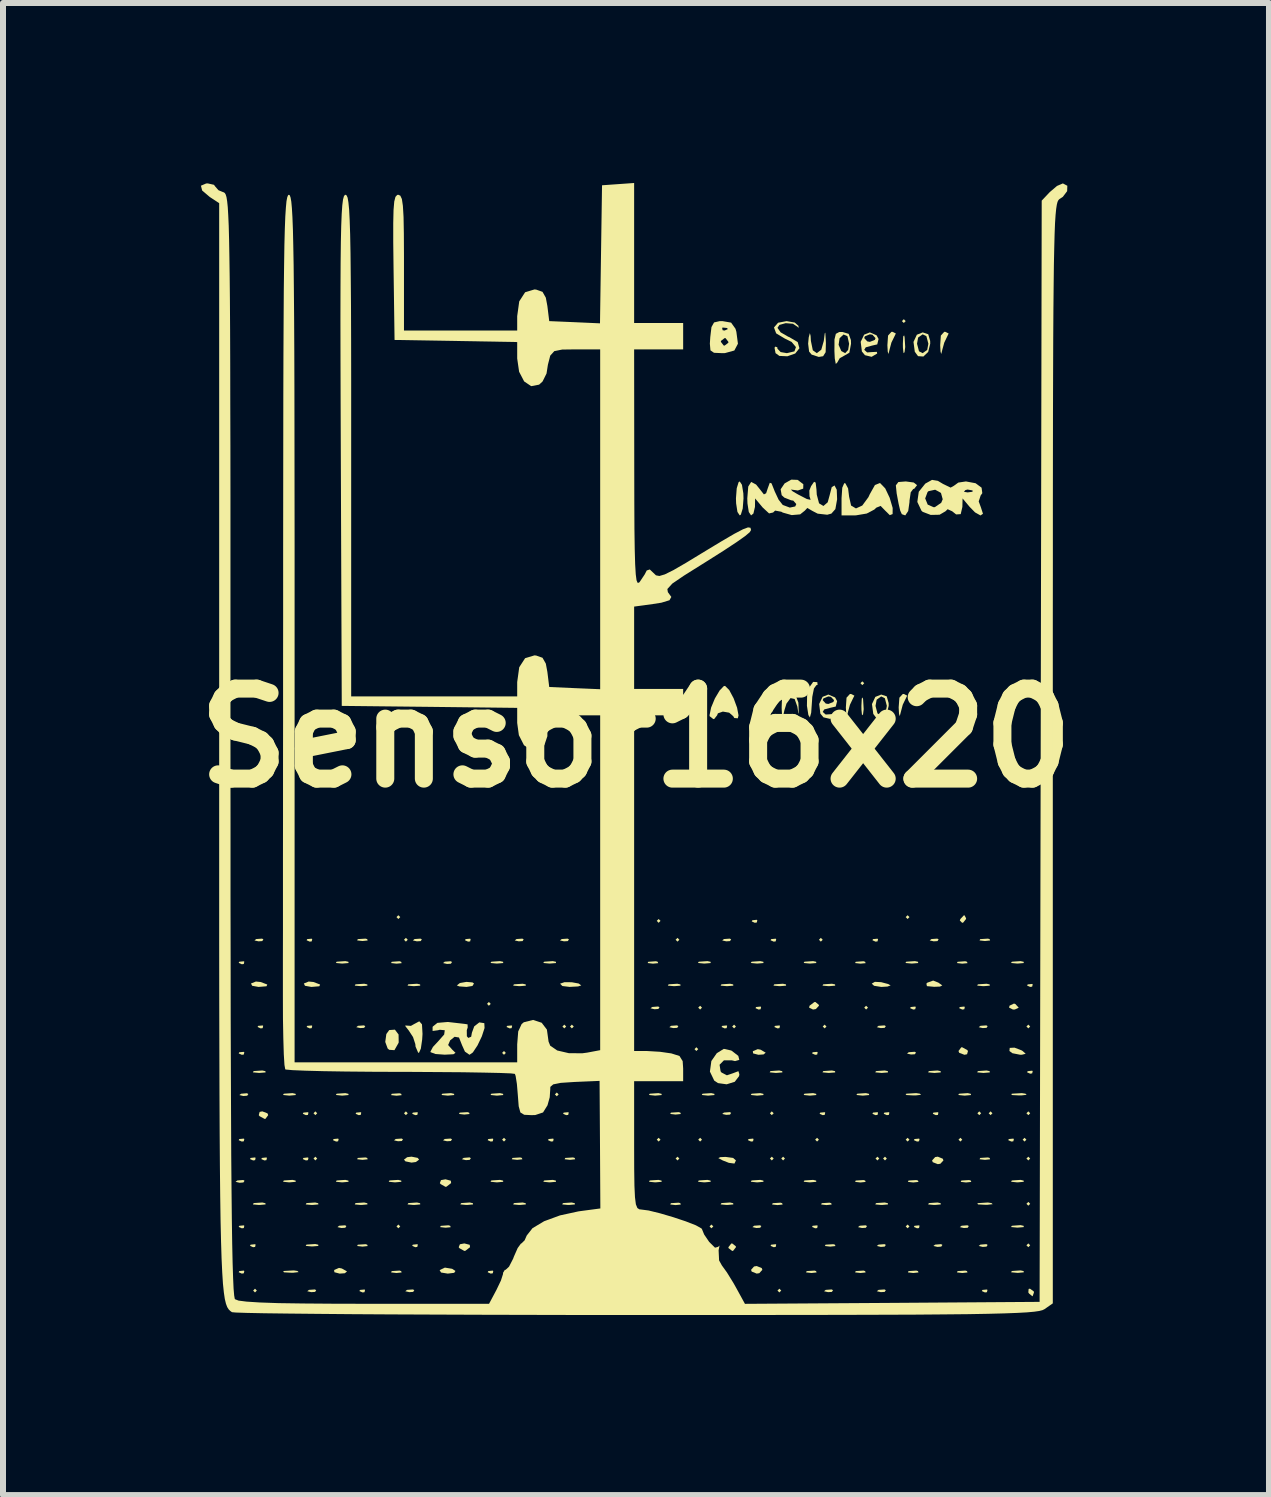
<source format=kicad_pcb>
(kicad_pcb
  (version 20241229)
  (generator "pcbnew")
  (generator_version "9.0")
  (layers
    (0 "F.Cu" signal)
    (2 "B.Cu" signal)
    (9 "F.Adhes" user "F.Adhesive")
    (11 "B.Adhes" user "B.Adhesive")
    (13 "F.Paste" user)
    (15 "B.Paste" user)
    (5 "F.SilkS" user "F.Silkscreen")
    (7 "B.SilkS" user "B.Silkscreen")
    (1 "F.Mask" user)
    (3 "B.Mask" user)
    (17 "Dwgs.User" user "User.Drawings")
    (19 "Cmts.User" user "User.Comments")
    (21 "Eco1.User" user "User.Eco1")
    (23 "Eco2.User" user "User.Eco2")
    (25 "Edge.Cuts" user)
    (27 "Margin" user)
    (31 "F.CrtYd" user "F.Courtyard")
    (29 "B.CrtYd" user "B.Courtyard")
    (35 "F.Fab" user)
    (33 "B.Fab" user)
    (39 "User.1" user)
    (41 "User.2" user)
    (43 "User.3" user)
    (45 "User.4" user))
  (footprint "Sensor16x20"
    (layer "F.Cu")
    (at 7.55 9.249)
    (property "Reference" "Sensor16x20" (at 0 0 0) (layer "F.SilkS") (effects (font (size 1.5 1.5) (thickness 0.3))))
    (attr board_only exclude_from_pos_files exclude_from_bom)
    (fp_poly (pts (xy -6.319 9.211) (xy -6.35 9.242) (xy -6.381 9.211) (xy -6.35 9.179)) (stroke (width 0) (type solid)) (fill yes) (layer "F.SilkS"))
    (fp_poly (pts (xy -5.313 6.256) (xy -5.344 6.287) (xy -5.375 6.256) (xy -5.344 6.224)) (stroke (width 0) (type solid)) (fill yes) (layer "F.SilkS"))
    (fp_poly (pts (xy -5.313 7.01) (xy -5.344 7.042) (xy -5.375 7.01) (xy -5.344 6.979)) (stroke (width 0) (type solid)) (fill yes) (layer "F.SilkS"))
    (fp_poly (pts (xy -3.929 2.986) (xy -3.961 3.018) (xy -3.992 2.986) (xy -3.961 2.955)) (stroke (width 0) (type solid)) (fill yes) (layer "F.SilkS"))
    (fp_poly (pts (xy -3.929 8.142) (xy -3.961 8.173) (xy -3.992 8.142) (xy -3.961 8.11)) (stroke (width 0) (type solid)) (fill yes) (layer "F.SilkS"))
    (fp_poly (pts (xy -3.804 3.364) (xy -3.835 3.395) (xy -3.867 3.364) (xy -3.835 3.332)) (stroke (width 0) (type solid)) (fill yes) (layer "F.SilkS"))
    (fp_poly (pts (xy -3.804 6.256) (xy -3.835 6.287) (xy -3.867 6.256) (xy -3.835 6.224)) (stroke (width 0) (type solid)) (fill yes) (layer "F.SilkS"))
    (fp_poly (pts (xy -2.421 4.432) (xy -2.452 4.464) (xy -2.483 4.432) (xy -2.452 4.401)) (stroke (width 0) (type solid)) (fill yes) (layer "F.SilkS"))
    (fp_poly (pts (xy -2.169 5.25) (xy -2.2 5.281) (xy -2.232 5.25) (xy -2.2 5.218)) (stroke (width 0) (type solid)) (fill yes) (layer "F.SilkS"))
    (fp_poly (pts (xy -2.169 6.696) (xy -2.2 6.727) (xy -2.232 6.696) (xy -2.2 6.664)) (stroke (width 0) (type solid)) (fill yes) (layer "F.SilkS"))
    (fp_poly (pts (xy -1.289 5.941) (xy -1.32 5.973) (xy -1.352 5.941) (xy -1.32 5.91)) (stroke (width 0) (type solid)) (fill yes) (layer "F.SilkS"))
    (fp_poly (pts (xy -1.163 4.81) (xy -1.195 4.841) (xy -1.226 4.81) (xy -1.195 4.778)) (stroke (width 0) (type solid)) (fill yes) (layer "F.SilkS"))
    (fp_poly (pts (xy -1.037 4.81) (xy -1.069 4.841) (xy -1.1 4.81) (xy -1.069 4.778)) (stroke (width 0) (type solid)) (fill yes) (layer "F.SilkS"))
    (fp_poly (pts (xy 0.409 3.049) (xy 0.377 3.081) (xy 0.346 3.049) (xy 0.377 3.018)) (stroke (width 0) (type solid)) (fill yes) (layer "F.SilkS"))
    (fp_poly (pts (xy 0.409 6.696) (xy 0.377 6.727) (xy 0.346 6.696) (xy 0.377 6.664)) (stroke (width 0) (type solid)) (fill yes) (layer "F.SilkS"))
    (fp_poly (pts (xy 0.723 3.364) (xy 0.692 3.395) (xy 0.66 3.364) (xy 0.692 3.332)) (stroke (width 0) (type solid)) (fill yes) (layer "F.SilkS"))
    (fp_poly (pts (xy 0.723 7.01) (xy 0.692 7.042) (xy 0.66 7.01) (xy 0.692 6.979)) (stroke (width 0) (type solid)) (fill yes) (layer "F.SilkS"))
    (fp_poly (pts (xy 1.037 5.187) (xy 1.006 5.218) (xy 0.975 5.187) (xy 1.006 5.155)) (stroke (width 0) (type solid)) (fill yes) (layer "F.SilkS"))
    (fp_poly (pts (xy 1.1 4.495) (xy 1.069 4.527) (xy 1.037 4.495) (xy 1.069 4.464)) (stroke (width 0) (type solid)) (fill yes) (layer "F.SilkS"))
    (fp_poly (pts (xy 1.1 6.696) (xy 1.069 6.727) (xy 1.037 6.696) (xy 1.069 6.664)) (stroke (width 0) (type solid)) (fill yes) (layer "F.SilkS"))
    (fp_poly (pts (xy 1.289 8.142) (xy 1.257 8.173) (xy 1.226 8.142) (xy 1.257 8.11)) (stroke (width 0) (type solid)) (fill yes) (layer "F.SilkS"))
    (fp_poly (pts (xy 1.666 4.81) (xy 1.635 4.841) (xy 1.603 4.81) (xy 1.635 4.778)) (stroke (width 0) (type solid)) (fill yes) (layer "F.SilkS"))
    (fp_poly (pts (xy 2.295 6.256) (xy 2.263 6.287) (xy 2.232 6.256) (xy 2.263 6.224)) (stroke (width 0) (type solid)) (fill yes) (layer "F.SilkS"))
    (fp_poly (pts (xy 2.295 7.01) (xy 2.263 7.042) (xy 2.232 7.01) (xy 2.263 6.979)) (stroke (width 0) (type solid)) (fill yes) (layer "F.SilkS"))
    (fp_poly (pts (xy 2.421 9.211) (xy 2.389 9.242) (xy 2.358 9.211) (xy 2.389 9.179)) (stroke (width 0) (type solid)) (fill yes) (layer "F.SilkS"))
    (fp_poly (pts (xy 2.483 7.01) (xy 2.452 7.042) (xy 2.421 7.01) (xy 2.452 6.979)) (stroke (width 0) (type solid)) (fill yes) (layer "F.SilkS"))
    (fp_poly (pts (xy 3.049 6.696) (xy 3.018 6.727) (xy 2.986 6.696) (xy 3.018 6.664)) (stroke (width 0) (type solid)) (fill yes) (layer "F.SilkS"))
    (fp_poly (pts (xy 3.112 3.364) (xy 3.081 3.395) (xy 3.049 3.364) (xy 3.081 3.332)) (stroke (width 0) (type solid)) (fill yes) (layer "F.SilkS"))
    (fp_poly (pts (xy 3.175 4.81) (xy 3.144 4.841) (xy 3.112 4.81) (xy 3.144 4.778)) (stroke (width 0) (type solid)) (fill yes) (layer "F.SilkS"))
    (fp_poly (pts (xy 3.804 -0.912) (xy 3.772 -0.88) (xy 3.741 -0.912) (xy 3.772 -0.943)) (stroke (width 0) (type solid)) (fill yes) (layer "F.SilkS"))
    (fp_poly (pts (xy 3.867 4.495) (xy 3.835 4.527) (xy 3.804 4.495) (xy 3.835 4.464)) (stroke (width 0) (type solid)) (fill yes) (layer "F.SilkS"))
    (fp_poly (pts (xy 4.055 7.01) (xy 4.024 7.042) (xy 3.992 7.01) (xy 4.024 6.979)) (stroke (width 0) (type solid)) (fill yes) (layer "F.SilkS"))
    (fp_poly (pts (xy 4.181 7.01) (xy 4.15 7.042) (xy 4.118 7.01) (xy 4.15 6.979)) (stroke (width 0) (type solid)) (fill yes) (layer "F.SilkS"))
    (fp_poly (pts (xy 4.495 -6.947) (xy 4.464 -6.916) (xy 4.432 -6.947) (xy 4.464 -6.979)) (stroke (width 0) (type solid)) (fill yes) (layer "F.SilkS"))
    (fp_poly (pts (xy 4.558 2.986) (xy 4.527 3.018) (xy 4.495 2.986) (xy 4.527 2.955)) (stroke (width 0) (type solid)) (fill yes) (layer "F.SilkS"))
    (fp_poly (pts (xy 4.558 6.696) (xy 4.527 6.727) (xy 4.495 6.696) (xy 4.527 6.664)) (stroke (width 0) (type solid)) (fill yes) (layer "F.SilkS"))
    (fp_poly (pts (xy 4.558 8.142) (xy 4.527 8.173) (xy 4.495 8.142) (xy 4.527 8.11)) (stroke (width 0) (type solid)) (fill yes) (layer "F.SilkS"))
    (fp_poly (pts (xy 5.438 6.696) (xy 5.407 6.727) (xy 5.375 6.696) (xy 5.407 6.664)) (stroke (width 0) (type solid)) (fill yes) (layer "F.SilkS"))
    (fp_poly (pts (xy 5.753 6.256) (xy 5.721 6.287) (xy 5.69 6.256) (xy 5.721 6.224)) (stroke (width 0) (type solid)) (fill yes) (layer "F.SilkS"))
    (fp_poly (pts (xy 5.941 6.256) (xy 5.91 6.287) (xy 5.878 6.256) (xy 5.91 6.224)) (stroke (width 0) (type solid)) (fill yes) (layer "F.SilkS"))
    (fp_poly (pts (xy 6.507 6.696) (xy 6.476 6.727) (xy 6.444 6.696) (xy 6.476 6.664)) (stroke (width 0) (type solid)) (fill yes) (layer "F.SilkS"))
    (fp_poly (pts (xy 6.57 4.81) (xy 6.539 4.841) (xy 6.507 4.81) (xy 6.539 4.778)) (stroke (width 0) (type solid)) (fill yes) (layer "F.SilkS"))
    (fp_poly (pts (xy 6.57 6.256) (xy 6.539 6.287) (xy 6.507 6.256) (xy 6.539 6.224)) (stroke (width 0) (type solid)) (fill yes) (layer "F.SilkS"))
    (fp_poly (pts (xy 6.57 7.01) (xy 6.539 7.042) (xy 6.507 7.01) (xy 6.539 6.979)) (stroke (width 0) (type solid)) (fill yes) (layer "F.SilkS"))
    (fp_poly (pts (xy 6.57 7.765) (xy 6.539 7.796) (xy 6.507 7.765) (xy 6.539 7.733)) (stroke (width 0) (type solid)) (fill yes) (layer "F.SilkS"))
    (fp_poly (pts (xy 6.57 8.456) (xy 6.539 8.488) (xy 6.507 8.456) (xy 6.539 8.425)) (stroke (width 0) (type solid)) (fill yes) (layer "F.SilkS"))
    (fp_poly (pts (xy -6.528 3.73) (xy -6.537 3.768) (xy -6.57 3.772) (xy -6.622 3.749) (xy -6.612 3.73) (xy -6.537 3.723)) (stroke (width 0) (type solid)) (fill yes) (layer "F.SilkS"))
    (fp_poly (pts (xy -6.528 5.239) (xy -6.537 5.277) (xy -6.57 5.281) (xy -6.622 5.258) (xy -6.612 5.239) (xy -6.537 5.232)) (stroke (width 0) (type solid)) (fill yes) (layer "F.SilkS"))
    (fp_poly (pts (xy -6.528 6.685) (xy -6.537 6.723) (xy -6.57 6.727) (xy -6.622 6.704) (xy -6.612 6.685) (xy -6.537 6.678)) (stroke (width 0) (type solid)) (fill yes) (layer "F.SilkS"))
    (fp_poly (pts (xy -6.528 8.131) (xy -6.537 8.169) (xy -6.57 8.173) (xy -6.622 8.15) (xy -6.612 8.131) (xy -6.537 8.124)) (stroke (width 0) (type solid)) (fill yes) (layer "F.SilkS"))
    (fp_poly (pts (xy -6.528 8.886) (xy -6.537 8.923) (xy -6.57 8.928) (xy -6.622 8.905) (xy -6.612 8.886) (xy -6.537 8.878)) (stroke (width 0) (type solid)) (fill yes) (layer "F.SilkS"))
    (fp_poly (pts (xy -6.524 7.381) (xy -6.543 7.409) (xy -6.607 7.414) (xy -6.674 7.398) (xy -6.645 7.376) (xy -6.546 7.368)) (stroke (width 0) (type solid)) (fill yes) (layer "F.SilkS"))
    (fp_poly (pts (xy -6.461 5.935) (xy -6.48 5.963) (xy -6.544 5.968) (xy -6.611 5.952) (xy -6.582 5.93) (xy -6.484 5.922)) (stroke (width 0) (type solid)) (fill yes) (layer "F.SilkS"))
    (fp_poly (pts (xy -6.34 7) (xy -6.348 7.037) (xy -6.381 7.042) (xy -6.433 7.019) (xy -6.423 7) (xy -6.349 6.992)) (stroke (width 0) (type solid)) (fill yes) (layer "F.SilkS"))
    (fp_poly (pts (xy -6.34 8.446) (xy -6.348 8.483) (xy -6.381 8.488) (xy -6.433 8.465) (xy -6.423 8.446) (xy -6.349 8.438)) (stroke (width 0) (type solid)) (fill yes) (layer "F.SilkS"))
    (fp_poly (pts (xy -6.214 4.799) (xy -6.222 4.837) (xy -6.256 4.841) (xy -6.307 4.818) (xy -6.298 4.799) (xy -6.223 4.792)) (stroke (width 0) (type solid)) (fill yes) (layer "F.SilkS"))
    (fp_poly (pts (xy -6.21 3.357) (xy -6.229 3.386) (xy -6.292 3.39) (xy -6.359 3.375) (xy -6.33 3.352) (xy -6.232 3.345)) (stroke (width 0) (type solid)) (fill yes) (layer "F.SilkS"))
    (fp_poly (pts (xy -6.151 7) (xy -6.16 7.037) (xy -6.193 7.042) (xy -6.245 7.019) (xy -6.235 7) (xy -6.16 6.992)) (stroke (width 0) (type solid)) (fill yes) (layer "F.SilkS"))
    (fp_poly (pts (xy -5.459 6.245) (xy -5.468 6.283) (xy -5.501 6.287) (xy -5.553 6.264) (xy -5.543 6.245) (xy -5.469 6.238)) (stroke (width 0) (type solid)) (fill yes) (layer "F.SilkS"))
    (fp_poly (pts (xy -5.459 7) (xy -5.468 7.037) (xy -5.501 7.042) (xy -5.553 7.019) (xy -5.543 7) (xy -5.469 6.992)) (stroke (width 0) (type solid)) (fill yes) (layer "F.SilkS"))
    (fp_poly (pts (xy -5.396 3.353) (xy -5.405 3.391) (xy -5.438 3.395) (xy -5.49 3.372) (xy -5.48 3.353) (xy -5.406 3.346)) (stroke (width 0) (type solid)) (fill yes) (layer "F.SilkS"))
    (fp_poly (pts (xy -5.396 4.799) (xy -5.405 4.837) (xy -5.438 4.841) (xy -5.49 4.818) (xy -5.48 4.799) (xy -5.406 4.792)) (stroke (width 0) (type solid)) (fill yes) (layer "F.SilkS"))
    (fp_poly (pts (xy -5.33 9.204) (xy -5.348 9.233) (xy -5.412 9.237) (xy -5.479 9.222) (xy -5.45 9.199) (xy -5.352 9.192)) (stroke (width 0) (type solid)) (fill yes) (layer "F.SilkS"))
    (fp_poly (pts (xy -4.956 6.685) (xy -4.965 6.723) (xy -4.998 6.727) (xy -5.05 6.704) (xy -5.04 6.685) (xy -4.966 6.678)) (stroke (width 0) (type solid)) (fill yes) (layer "F.SilkS"))
    (fp_poly (pts (xy -4.827 8.135) (xy -4.845 8.164) (xy -4.909 8.168) (xy -4.976 8.153) (xy -4.947 8.13) (xy -4.849 8.123)) (stroke (width 0) (type solid)) (fill yes) (layer "F.SilkS"))
    (fp_poly (pts (xy -4.579 6.245) (xy -4.588 6.283) (xy -4.621 6.287) (xy -4.673 6.264) (xy -4.663 6.245) (xy -4.588 6.238)) (stroke (width 0) (type solid)) (fill yes) (layer "F.SilkS"))
    (fp_poly (pts (xy -4.516 9.2) (xy -4.525 9.238) (xy -4.558 9.242) (xy -4.61 9.219) (xy -4.6 9.2) (xy -4.525 9.193)) (stroke (width 0) (type solid)) (fill yes) (layer "F.SilkS"))
    (fp_poly (pts (xy -4.512 4.803) (xy -4.531 4.832) (xy -4.595 4.836) (xy -4.662 4.821) (xy -4.633 4.798) (xy -4.535 4.791)) (stroke (width 0) (type solid)) (fill yes) (layer "F.SilkS"))
    (fp_poly (pts (xy -4.48 3.353) (xy -4.472 3.376) (xy -4.558 3.385) (xy -4.647 3.375) (xy -4.637 3.353) (xy -4.508 3.345)) (stroke (width 0) (type solid)) (fill yes) (layer "F.SilkS"))
    (fp_poly (pts (xy -4.48 7) (xy -4.472 7.023) (xy -4.558 7.032) (xy -4.647 7.022) (xy -4.637 7) (xy -4.508 6.992)) (stroke (width 0) (type solid)) (fill yes) (layer "F.SilkS"))
    (fp_poly (pts (xy -4.48 8.446) (xy -4.472 8.469) (xy -4.558 8.478) (xy -4.647 8.468) (xy -4.637 8.446) (xy -4.508 8.438)) (stroke (width 0) (type solid)) (fill yes) (layer "F.SilkS"))
    (fp_poly (pts (xy -3.914 3.731) (xy -3.906 3.754) (xy -3.992 3.762) (xy -4.082 3.752) (xy -4.071 3.731) (xy -3.942 3.722)) (stroke (width 0) (type solid)) (fill yes) (layer "F.SilkS"))
    (fp_poly (pts (xy -3.914 5.931) (xy -3.906 5.954) (xy -3.992 5.963) (xy -4.082 5.953) (xy -4.071 5.931) (xy -3.942 5.923)) (stroke (width 0) (type solid)) (fill yes) (layer "F.SilkS"))
    (fp_poly (pts (xy -3.914 8.886) (xy -3.906 8.909) (xy -3.992 8.918) (xy -4.082 8.908) (xy -4.071 8.886) (xy -3.942 8.878)) (stroke (width 0) (type solid)) (fill yes) (layer "F.SilkS"))
    (fp_poly (pts (xy -3.884 6.689) (xy -3.902 6.718) (xy -3.966 6.722) (xy -4.033 6.707) (xy -4.004 6.684) (xy -3.906 6.677)) (stroke (width 0) (type solid)) (fill yes) (layer "F.SilkS"))
    (fp_poly (pts (xy -3.695 9.204) (xy -3.714 9.233) (xy -3.778 9.237) (xy -3.845 9.222) (xy -3.816 9.199) (xy -3.717 9.192)) (stroke (width 0) (type solid)) (fill yes) (layer "F.SilkS"))
    (fp_poly (pts (xy -3.636 6.245) (xy -3.645 6.283) (xy -3.678 6.287) (xy -3.73 6.264) (xy -3.72 6.245) (xy -3.645 6.238)) (stroke (width 0) (type solid)) (fill yes) (layer "F.SilkS"))
    (fp_poly (pts (xy -3.636 8.446) (xy -3.645 8.483) (xy -3.678 8.488) (xy -3.73 8.465) (xy -3.72 8.446) (xy -3.645 8.438)) (stroke (width 0) (type solid)) (fill yes) (layer "F.SilkS"))
    (fp_poly (pts (xy -3.569 3.357) (xy -3.588 3.386) (xy -3.652 3.39) (xy -3.719 3.375) (xy -3.69 3.352) (xy -3.591 3.345)) (stroke (width 0) (type solid)) (fill yes) (layer "F.SilkS"))
    (fp_poly (pts (xy -3.096 8.132) (xy -3.089 8.155) (xy -3.175 8.163) (xy -3.264 8.153) (xy -3.254 8.132) (xy -3.125 8.123)) (stroke (width 0) (type solid)) (fill yes) (layer "F.SilkS"))
    (fp_poly (pts (xy -3.066 3.734) (xy -3.085 3.763) (xy -3.149 3.767) (xy -3.216 3.752) (xy -3.187 3.729) (xy -3.089 3.722)) (stroke (width 0) (type solid)) (fill yes) (layer "F.SilkS"))
    (fp_poly (pts (xy -3.066 6.689) (xy -3.085 6.718) (xy -3.149 6.722) (xy -3.216 6.707) (xy -3.187 6.684) (xy -3.089 6.677)) (stroke (width 0) (type solid)) (fill yes) (layer "F.SilkS"))
    (fp_poly (pts (xy -2.782 6.245) (xy -2.774 6.268) (xy -2.861 6.277) (xy -2.95 6.267) (xy -2.939 6.245) (xy -2.811 6.237)) (stroke (width 0) (type solid)) (fill yes) (layer "F.SilkS"))
    (fp_poly (pts (xy -2.756 3.353) (xy -2.764 3.391) (xy -2.798 3.395) (xy -2.85 3.372) (xy -2.84 3.353) (xy -2.765 3.346)) (stroke (width 0) (type solid)) (fill yes) (layer "F.SilkS"))
    (fp_poly (pts (xy -2.752 7.004) (xy -2.771 7.032) (xy -2.834 7.037) (xy -2.902 7.021) (xy -2.872 6.999) (xy -2.774 6.991)) (stroke (width 0) (type solid)) (fill yes) (layer "F.SilkS"))
    (fp_poly (pts (xy -2.379 6.685) (xy -2.387 6.723) (xy -2.421 6.727) (xy -2.472 6.704) (xy -2.462 6.685) (xy -2.388 6.678)) (stroke (width 0) (type solid)) (fill yes) (layer "F.SilkS"))
    (fp_poly (pts (xy -2.379 8.886) (xy -2.387 8.923) (xy -2.421 8.928) (xy -2.472 8.905) (xy -2.462 8.886) (xy -2.388 8.878)) (stroke (width 0) (type solid)) (fill yes) (layer "F.SilkS"))
    (fp_poly (pts (xy -2.064 4.799) (xy -2.073 4.837) (xy -2.106 4.841) (xy -2.158 4.818) (xy -2.148 4.799) (xy -2.073 4.792)) (stroke (width 0) (type solid)) (fill yes) (layer "F.SilkS"))
    (fp_poly (pts (xy -1.902 7) (xy -1.894 7.023) (xy -1.98 7.032) (xy -2.07 7.022) (xy -2.059 7) (xy -1.93 6.992)) (stroke (width 0) (type solid)) (fill yes) (layer "F.SilkS"))
    (fp_poly (pts (xy -1.872 3.357) (xy -1.89 3.386) (xy -1.954 3.39) (xy -2.021 3.375) (xy -1.992 3.352) (xy -1.894 3.345)) (stroke (width 0) (type solid)) (fill yes) (layer "F.SilkS"))
    (fp_poly (pts (xy -1.373 6.685) (xy -1.381 6.723) (xy -1.415 6.727) (xy -1.466 6.704) (xy -1.457 6.685) (xy -1.382 6.678)) (stroke (width 0) (type solid)) (fill yes) (layer "F.SilkS"))
    (fp_poly (pts (xy -1.121 6.245) (xy -1.13 6.283) (xy -1.163 6.287) (xy -1.215 6.264) (xy -1.205 6.245) (xy -1.13 6.238)) (stroke (width 0) (type solid)) (fill yes) (layer "F.SilkS"))
    (fp_poly (pts (xy -1.117 3.357) (xy -1.136 3.386) (xy -1.2 3.39) (xy -1.267 3.375) (xy -1.238 3.352) (xy -1.14 3.345)) (stroke (width 0) (type solid)) (fill yes) (layer "F.SilkS"))
    (fp_poly (pts (xy -1.022 7) (xy -1.014 7.023) (xy -1.1 7.032) (xy -1.19 7.022) (xy -1.179 7) (xy -1.05 6.992)) (stroke (width 0) (type solid)) (fill yes) (layer "F.SilkS"))
    (fp_poly (pts (xy 0.362 3.731) (xy 0.369 3.754) (xy 0.283 3.762) (xy 0.194 3.752) (xy 0.204 3.731) (xy 0.333 3.722)) (stroke (width 0) (type solid)) (fill yes) (layer "F.SilkS"))
    (fp_poly (pts (xy 0.392 4.489) (xy 0.373 4.517) (xy 0.309 4.522) (xy 0.242 4.506) (xy 0.271 4.484) (xy 0.369 4.476)) (stroke (width 0) (type solid)) (fill yes) (layer "F.SilkS"))
    (fp_poly (pts (xy 0.706 4.803) (xy 0.687 4.832) (xy 0.623 4.836) (xy 0.556 4.821) (xy 0.585 4.798) (xy 0.684 4.791)) (stroke (width 0) (type solid)) (fill yes) (layer "F.SilkS"))
    (fp_poly (pts (xy 0.739 6.245) (xy 0.747 6.268) (xy 0.66 6.277) (xy 0.571 6.267) (xy 0.582 6.245) (xy 0.71 6.237)) (stroke (width 0) (type solid)) (fill yes) (layer "F.SilkS"))
    (fp_poly (pts (xy 0.739 7.754) (xy 0.747 7.777) (xy 0.66 7.786) (xy 0.571 7.776) (xy 0.582 7.754) (xy 0.71 7.746)) (stroke (width 0) (type solid)) (fill yes) (layer "F.SilkS"))
    (fp_poly (pts (xy 1.519 4.799) (xy 1.511 4.837) (xy 1.477 4.841) (xy 1.426 4.818) (xy 1.436 4.799) (xy 1.51 4.792)) (stroke (width 0) (type solid)) (fill yes) (layer "F.SilkS"))
    (fp_poly (pts (xy 1.586 3.357) (xy 1.567 3.386) (xy 1.504 3.39) (xy 1.437 3.375) (xy 1.466 3.352) (xy 1.564 3.345)) (stroke (width 0) (type solid)) (fill yes) (layer "F.SilkS"))
    (fp_poly (pts (xy 1.586 6.249) (xy 1.567 6.278) (xy 1.504 6.282) (xy 1.437 6.267) (xy 1.466 6.244) (xy 1.564 6.237)) (stroke (width 0) (type solid)) (fill yes) (layer "F.SilkS"))
    (fp_poly (pts (xy 1.959 6.685) (xy 1.951 6.723) (xy 1.918 6.727) (xy 1.866 6.704) (xy 1.876 6.685) (xy 1.95 6.678)) (stroke (width 0) (type solid)) (fill yes) (layer "F.SilkS"))
    (fp_poly (pts (xy 2.022 3.039) (xy 2.014 3.076) (xy 1.98 3.081) (xy 1.929 3.058) (xy 1.939 3.039) (xy 2.013 3.031)) (stroke (width 0) (type solid)) (fill yes) (layer "F.SilkS"))
    (fp_poly (pts (xy 2.085 4.485) (xy 2.077 4.522) (xy 2.043 4.527) (xy 1.992 4.504) (xy 2.001 4.485) (xy 2.076 4.477)) (stroke (width 0) (type solid)) (fill yes) (layer "F.SilkS"))
    (fp_poly (pts (xy 2.089 8.135) (xy 2.07 8.164) (xy 2.007 8.168) (xy 1.94 8.153) (xy 1.969 8.13) (xy 2.067 8.123)) (stroke (width 0) (type solid)) (fill yes) (layer "F.SilkS"))
    (fp_poly (pts (xy 2.337 3.353) (xy 2.328 3.391) (xy 2.295 3.395) (xy 2.243 3.372) (xy 2.253 3.353) (xy 2.328 3.346)) (stroke (width 0) (type solid)) (fill yes) (layer "F.SilkS"))
    (fp_poly (pts (xy 2.337 8.446) (xy 2.328 8.483) (xy 2.295 8.488) (xy 2.243 8.465) (xy 2.253 8.446) (xy 2.328 8.438)) (stroke (width 0) (type solid)) (fill yes) (layer "F.SilkS"))
    (fp_poly (pts (xy 2.4 4.799) (xy 2.391 4.837) (xy 2.358 4.841) (xy 2.306 4.818) (xy 2.316 4.799) (xy 2.39 4.792)) (stroke (width 0) (type solid)) (fill yes) (layer "F.SilkS"))
    (fp_poly (pts (xy 2.436 7.754) (xy 2.444 7.777) (xy 2.358 7.786) (xy 2.268 7.776) (xy 2.279 7.754) (xy 2.408 7.746)) (stroke (width 0) (type solid)) (fill yes) (layer "F.SilkS"))
    (fp_poly (pts (xy 3.002 8.886) (xy 3.01 8.909) (xy 2.924 8.918) (xy 2.834 8.908) (xy 2.845 8.886) (xy 2.974 8.878)) (stroke (width 0) (type solid)) (fill yes) (layer "F.SilkS"))
    (fp_poly (pts (xy 3.028 5.239) (xy 3.02 5.277) (xy 2.986 5.281) (xy 2.935 5.258) (xy 2.944 5.239) (xy 3.019 5.232)) (stroke (width 0) (type solid)) (fill yes) (layer "F.SilkS"))
    (fp_poly (pts (xy 3.028 8.131) (xy 3.02 8.169) (xy 2.986 8.173) (xy 2.935 8.15) (xy 2.944 8.131) (xy 3.019 8.124)) (stroke (width 0) (type solid)) (fill yes) (layer "F.SilkS"))
    (fp_poly (pts (xy 3.154 6.245) (xy 3.145 6.283) (xy 3.112 6.287) (xy 3.06 6.264) (xy 3.07 6.245) (xy 3.145 6.238)) (stroke (width 0) (type solid)) (fill yes) (layer "F.SilkS"))
    (fp_poly (pts (xy 3.254 7.754) (xy 3.261 7.777) (xy 3.175 7.786) (xy 3.086 7.776) (xy 3.096 7.754) (xy 3.225 7.746)) (stroke (width 0) (type solid)) (fill yes) (layer "F.SilkS"))
    (fp_poly (pts (xy 3.284 9.204) (xy 3.265 9.233) (xy 3.201 9.237) (xy 3.134 9.222) (xy 3.163 9.199) (xy 3.261 9.192)) (stroke (width 0) (type solid)) (fill yes) (layer "F.SilkS"))
    (fp_poly (pts (xy 3.316 8.446) (xy 3.324 8.469) (xy 3.238 8.478) (xy 3.149 8.468) (xy 3.159 8.446) (xy 3.288 8.438)) (stroke (width 0) (type solid)) (fill yes) (layer "F.SilkS"))
    (fp_poly (pts (xy 3.819 3.731) (xy 3.827 3.754) (xy 3.741 3.762) (xy 3.652 3.752) (xy 3.662 3.731) (xy 3.791 3.722)) (stroke (width 0) (type solid)) (fill yes) (layer "F.SilkS"))
    (fp_poly (pts (xy 3.819 7.377) (xy 3.827 7.4) (xy 3.741 7.409) (xy 3.652 7.399) (xy 3.662 7.377) (xy 3.791 7.369)) (stroke (width 0) (type solid)) (fill yes) (layer "F.SilkS"))
    (fp_poly (pts (xy 3.819 8.886) (xy 3.827 8.909) (xy 3.741 8.918) (xy 3.652 8.908) (xy 3.662 8.886) (xy 3.791 8.878)) (stroke (width 0) (type solid)) (fill yes) (layer "F.SilkS"))
    (fp_poly (pts (xy 3.85 8.135) (xy 3.831 8.164) (xy 3.767 8.168) (xy 3.7 8.153) (xy 3.729 8.13) (xy 3.827 8.123)) (stroke (width 0) (type solid)) (fill yes) (layer "F.SilkS"))
    (fp_poly (pts (xy 4.034 3.353) (xy 4.026 3.391) (xy 3.992 3.395) (xy 3.941 3.372) (xy 3.95 3.353) (xy 4.025 3.346)) (stroke (width 0) (type solid)) (fill yes) (layer "F.SilkS"))
    (fp_poly (pts (xy 4.034 6.245) (xy 4.026 6.283) (xy 3.992 6.287) (xy 3.941 6.264) (xy 3.95 6.245) (xy 4.025 6.238)) (stroke (width 0) (type solid)) (fill yes) (layer "F.SilkS"))
    (fp_poly (pts (xy 4.164 4.803) (xy 4.145 4.832) (xy 4.081 4.836) (xy 4.014 4.821) (xy 4.043 4.798) (xy 4.142 4.791)) (stroke (width 0) (type solid)) (fill yes) (layer "F.SilkS"))
    (fp_poly (pts (xy 4.164 8.45) (xy 4.145 8.478) (xy 4.081 8.483) (xy 4.014 8.467) (xy 4.043 8.445) (xy 4.142 8.437)) (stroke (width 0) (type solid)) (fill yes) (layer "F.SilkS"))
    (fp_poly (pts (xy 4.164 9.204) (xy 4.145 9.233) (xy 4.081 9.237) (xy 4.014 9.222) (xy 4.043 9.199) (xy 4.142 9.192)) (stroke (width 0) (type solid)) (fill yes) (layer "F.SilkS"))
    (fp_poly (pts (xy 4.223 6.245) (xy 4.214 6.283) (xy 4.181 6.287) (xy 4.129 6.264) (xy 4.139 6.245) (xy 4.214 6.238)) (stroke (width 0) (type solid)) (fill yes) (layer "F.SilkS"))
    (fp_poly (pts (xy 4.663 4.485) (xy 4.654 4.522) (xy 4.621 4.527) (xy 4.569 4.504) (xy 4.579 4.485) (xy 4.654 4.477)) (stroke (width 0) (type solid)) (fill yes) (layer "F.SilkS"))
    (fp_poly (pts (xy 4.667 5.243) (xy 4.648 5.272) (xy 4.584 5.276) (xy 4.517 5.261) (xy 4.546 5.238) (xy 4.645 5.231)) (stroke (width 0) (type solid)) (fill yes) (layer "F.SilkS"))
    (fp_poly (pts (xy 4.7 7.377) (xy 4.708 7.4) (xy 4.621 7.409) (xy 4.532 7.399) (xy 4.542 7.377) (xy 4.671 7.369)) (stroke (width 0) (type solid)) (fill yes) (layer "F.SilkS"))
    (fp_poly (pts (xy 4.7 8.886) (xy 4.708 8.909) (xy 4.621 8.918) (xy 4.532 8.908) (xy 4.542 8.886) (xy 4.671 8.878)) (stroke (width 0) (type solid)) (fill yes) (layer "F.SilkS"))
    (fp_poly (pts (xy 4.726 6.685) (xy 4.717 6.723) (xy 4.684 6.727) (xy 4.632 6.704) (xy 4.642 6.685) (xy 4.717 6.678)) (stroke (width 0) (type solid)) (fill yes) (layer "F.SilkS"))
    (fp_poly (pts (xy 4.726 8.131) (xy 4.717 8.169) (xy 4.684 8.173) (xy 4.632 8.15) (xy 4.642 8.131) (xy 4.717 8.124)) (stroke (width 0) (type solid)) (fill yes) (layer "F.SilkS"))
    (fp_poly (pts (xy 5.04 6.245) (xy 5.032 6.283) (xy 4.998 6.287) (xy 4.947 6.264) (xy 4.956 6.245) (xy 5.031 6.238)) (stroke (width 0) (type solid)) (fill yes) (layer "F.SilkS"))
    (fp_poly (pts (xy 5.044 3.357) (xy 5.025 3.386) (xy 4.962 3.39) (xy 4.895 3.375) (xy 4.924 3.352) (xy 5.022 3.345)) (stroke (width 0) (type solid)) (fill yes) (layer "F.SilkS"))
    (fp_poly (pts (xy 5.107 8.45) (xy 5.088 8.478) (xy 5.024 8.483) (xy 4.957 8.467) (xy 4.986 8.445) (xy 5.085 8.437)) (stroke (width 0) (type solid)) (fill yes) (layer "F.SilkS"))
    (fp_poly (pts (xy 5.48 4.485) (xy 5.472 4.522) (xy 5.438 4.527) (xy 5.387 4.504) (xy 5.396 4.485) (xy 5.471 4.477)) (stroke (width 0) (type solid)) (fill yes) (layer "F.SilkS"))
    (fp_poly (pts (xy 5.517 3.731) (xy 5.525 3.754) (xy 5.438 3.762) (xy 5.349 3.752) (xy 5.36 3.731) (xy 5.488 3.722)) (stroke (width 0) (type solid)) (fill yes) (layer "F.SilkS"))
    (fp_poly (pts (xy 5.517 8.886) (xy 5.525 8.909) (xy 5.438 8.918) (xy 5.349 8.908) (xy 5.36 8.886) (xy 5.488 8.878)) (stroke (width 0) (type solid)) (fill yes) (layer "F.SilkS"))
    (fp_poly (pts (xy 5.547 8.135) (xy 5.528 8.164) (xy 5.465 8.168) (xy 5.397 8.153) (xy 5.427 8.13) (xy 5.525 8.123)) (stroke (width 0) (type solid)) (fill yes) (layer "F.SilkS"))
    (fp_poly (pts (xy 5.58 7.377) (xy 5.588 7.4) (xy 5.501 7.409) (xy 5.412 7.399) (xy 5.423 7.377) (xy 5.551 7.369)) (stroke (width 0) (type solid)) (fill yes) (layer "F.SilkS"))
    (fp_poly (pts (xy 5.858 9.2) (xy 5.849 9.238) (xy 5.816 9.242) (xy 5.764 9.219) (xy 5.774 9.2) (xy 5.848 9.193)) (stroke (width 0) (type solid)) (fill yes) (layer "F.SilkS"))
    (fp_poly (pts (xy 5.861 4.803) (xy 5.843 4.832) (xy 5.779 4.836) (xy 5.712 4.821) (xy 5.741 4.798) (xy 5.839 4.791)) (stroke (width 0) (type solid)) (fill yes) (layer "F.SilkS"))
    (fp_poly (pts (xy 5.861 8.45) (xy 5.843 8.478) (xy 5.779 8.483) (xy 5.712 8.467) (xy 5.741 8.445) (xy 5.839 8.437)) (stroke (width 0) (type solid)) (fill yes) (layer "F.SilkS"))
    (fp_poly (pts (xy 5.894 3.353) (xy 5.902 3.376) (xy 5.816 3.385) (xy 5.726 3.375) (xy 5.737 3.353) (xy 5.866 3.345)) (stroke (width 0) (type solid)) (fill yes) (layer "F.SilkS"))
    (fp_poly (pts (xy 5.894 7) (xy 5.902 7.023) (xy 5.816 7.032) (xy 5.726 7.022) (xy 5.737 7) (xy 5.866 6.992)) (stroke (width 0) (type solid)) (fill yes) (layer "F.SilkS"))
    (fp_poly (pts (xy 6.298 6.685) (xy 6.289 6.723) (xy 6.256 6.727) (xy 6.204 6.704) (xy 6.214 6.685) (xy 6.288 6.678)) (stroke (width 0) (type solid)) (fill yes) (layer "F.SilkS"))
    (fp_poly (pts (xy 6.612 4.108) (xy 6.603 4.145) (xy 6.57 4.15) (xy 6.518 4.127) (xy 6.528 4.108) (xy 6.603 4.1)) (stroke (width 0) (type solid)) (fill yes) (layer "F.SilkS"))
    (fp_poly (pts (xy 6.612 5.554) (xy 6.603 5.591) (xy 6.57 5.596) (xy 6.518 5.573) (xy 6.528 5.554) (xy 6.603 5.546)) (stroke (width 0) (type solid)) (fill yes) (layer "F.SilkS"))
    (fp_poly (pts (xy -4.902 8.843) (xy -4.816 8.892) (xy -4.853 8.922) (xy -4.939 8.928) (xy -5.027 8.905) (xy -5.031 8.868) (xy -4.95 8.833)) (stroke (width 0) (type solid)) (fill yes) (layer "F.SilkS"))
    (fp_poly (pts (xy -3.064 8.848) (xy -3.009 8.884) (xy -3.03 8.915) (xy -3.137 8.928) (xy -3.249 8.91) (xy -3.273 8.87) (xy -3.185 8.828)) (stroke (width 0) (type solid)) (fill yes) (layer "F.SilkS"))
    (fp_poly (pts (xy 2.077 5.196) (xy 2.162 5.246) (xy 2.126 5.275) (xy 2.04 5.281) (xy 1.952 5.258) (xy 1.947 5.221) (xy 2.029 5.187)) (stroke (width 0) (type solid)) (fill yes) (layer "F.SilkS"))
    (fp_poly (pts (xy 6.323 4.435) (xy 6.379 4.496) (xy 6.315 4.526) (xy 6.283 4.527) (xy 6.219 4.496) (xy 6.225 4.463) (xy 6.3 4.427)) (stroke (width 0) (type solid)) (fill yes) (layer "F.SilkS"))
    (fp_poly (pts (xy -6.256 4.068) (xy -6.145 4.11) (xy -6.158 4.139) (xy -6.291 4.15) (xy -6.291 4.15) (xy -6.397 4.131) (xy -6.417 4.093) (xy -6.335 4.06)) (stroke (width 0) (type solid)) (fill yes) (layer "F.SilkS"))
    (fp_poly (pts (xy -6.176 5.554) (xy -6.174 5.575) (xy -6.272 5.583) (xy -6.287 5.583) (xy -6.385 5.574) (xy -6.375 5.555) (xy -6.365 5.552) (xy -6.228 5.543)) (stroke (width 0) (type solid)) (fill yes) (layer "F.SilkS"))
    (fp_poly (pts (xy -6.176 7.755) (xy -6.174 7.775) (xy -6.272 7.784) (xy -6.287 7.784) (xy -6.385 7.775) (xy -6.375 7.756) (xy -6.365 7.752) (xy -6.228 7.743)) (stroke (width 0) (type solid)) (fill yes) (layer "F.SilkS"))
    (fp_poly (pts (xy -6.142 6.257) (xy -6.13 6.287) (xy -6.175 6.348) (xy -6.189 6.35) (xy -6.274 6.304) (xy -6.287 6.287) (xy -6.273 6.233) (xy -6.228 6.224)) (stroke (width 0) (type solid)) (fill yes) (layer "F.SilkS"))
    (fp_poly (pts (xy -5.673 5.932) (xy -5.671 5.952) (xy -5.769 5.961) (xy -5.784 5.961) (xy -5.882 5.951) (xy -5.872 5.932) (xy -5.862 5.929) (xy -5.725 5.92)) (stroke (width 0) (type solid)) (fill yes) (layer "F.SilkS"))
    (fp_poly (pts (xy -5.673 7.378) (xy -5.671 7.398) (xy -5.769 7.407) (xy -5.784 7.407) (xy -5.882 7.397) (xy -5.872 7.378) (xy -5.862 7.375) (xy -5.725 7.366)) (stroke (width 0) (type solid)) (fill yes) (layer "F.SilkS"))
    (fp_poly (pts (xy -5.643 8.884) (xy -5.623 8.903) (xy -5.71 8.913) (xy -5.753 8.913) (xy -5.867 8.907) (xy -5.881 8.89) (xy -5.863 8.884) (xy -5.703 8.875)) (stroke (width 0) (type solid)) (fill yes) (layer "F.SilkS"))
    (fp_poly (pts (xy -5.375 4.068) (xy -5.265 4.11) (xy -5.277 4.139) (xy -5.41 4.15) (xy -5.411 4.15) (xy -5.517 4.131) (xy -5.536 4.093) (xy -5.455 4.06)) (stroke (width 0) (type solid)) (fill yes) (layer "F.SilkS"))
    (fp_poly (pts (xy -5.296 7.755) (xy -5.294 7.775) (xy -5.392 7.784) (xy -5.407 7.784) (xy -5.504 7.775) (xy -5.495 7.756) (xy -5.484 7.752) (xy -5.347 7.743)) (stroke (width 0) (type solid)) (fill yes) (layer "F.SilkS"))
    (fp_poly (pts (xy -5.296 8.446) (xy -5.294 8.467) (xy -5.392 8.475) (xy -5.407 8.475) (xy -5.504 8.466) (xy -5.495 8.447) (xy -5.484 8.444) (xy -5.347 8.435)) (stroke (width 0) (type solid)) (fill yes) (layer "F.SilkS"))
    (fp_poly (pts (xy -4.793 3.731) (xy -4.791 3.752) (xy -4.889 3.76) (xy -4.904 3.76) (xy -5.001 3.751) (xy -4.992 3.732) (xy -4.981 3.729) (xy -4.844 3.72)) (stroke (width 0) (type solid)) (fill yes) (layer "F.SilkS"))
    (fp_poly (pts (xy -4.793 5.932) (xy -4.791 5.952) (xy -4.889 5.961) (xy -4.904 5.961) (xy -5.001 5.951) (xy -4.992 5.932) (xy -4.981 5.929) (xy -4.844 5.92)) (stroke (width 0) (type solid)) (fill yes) (layer "F.SilkS"))
    (fp_poly (pts (xy -4.793 7.378) (xy -4.791 7.398) (xy -4.889 7.407) (xy -4.904 7.407) (xy -5.001 7.397) (xy -4.992 7.378) (xy -4.981 7.375) (xy -4.844 7.366)) (stroke (width 0) (type solid)) (fill yes) (layer "F.SilkS"))
    (fp_poly (pts (xy -4.478 4.108) (xy -4.476 4.129) (xy -4.575 4.137) (xy -4.59 4.137) (xy -4.687 4.128) (xy -4.678 4.109) (xy -4.667 4.106) (xy -4.53 4.097)) (stroke (width 0) (type solid)) (fill yes) (layer "F.SilkS"))
    (fp_poly (pts (xy -4.478 7.755) (xy -4.476 7.775) (xy -4.575 7.784) (xy -4.59 7.784) (xy -4.687 7.775) (xy -4.678 7.756) (xy -4.667 7.752) (xy -4.53 7.743)) (stroke (width 0) (type solid)) (fill yes) (layer "F.SilkS"))
    (fp_poly (pts (xy -3.913 7.378) (xy -3.91 7.398) (xy -4.009 7.407) (xy -4.024 7.407) (xy -4.121 7.397) (xy -4.112 7.378) (xy -4.101 7.375) (xy -3.964 7.366)) (stroke (width 0) (type solid)) (fill yes) (layer "F.SilkS"))
    (fp_poly (pts (xy -3.639 6.999) (xy -3.615 7.028) (xy -3.668 7.068) (xy -3.741 7.078) (xy -3.843 7.057) (xy -3.867 7.028) (xy -3.814 6.988) (xy -3.741 6.979)) (stroke (width 0) (type solid)) (fill yes) (layer "F.SilkS"))
    (fp_poly (pts (xy -3.598 4.108) (xy -3.596 4.129) (xy -3.695 4.137) (xy -3.709 4.137) (xy -3.807 4.128) (xy -3.798 4.109) (xy -3.787 4.106) (xy -3.65 4.097)) (stroke (width 0) (type solid)) (fill yes) (layer "F.SilkS"))
    (fp_poly (pts (xy -3.598 7.755) (xy -3.596 7.775) (xy -3.695 7.784) (xy -3.709 7.784) (xy -3.807 7.775) (xy -3.798 7.756) (xy -3.787 7.752) (xy -3.65 7.743)) (stroke (width 0) (type solid)) (fill yes) (layer "F.SilkS"))
    (fp_poly (pts (xy -3.086 7.38) (xy -3.081 7.419) (xy -3.158 7.479) (xy -3.175 7.482) (xy -3.256 7.436) (xy -3.269 7.419) (xy -3.25 7.37) (xy -3.175 7.356)) (stroke (width 0) (type solid)) (fill yes) (layer "F.SilkS"))
    (fp_poly (pts (xy -3.032 5.932) (xy -3.03 5.952) (xy -3.129 5.961) (xy -3.144 5.961) (xy -3.241 5.951) (xy -3.232 5.932) (xy -3.221 5.929) (xy -3.084 5.92)) (stroke (width 0) (type solid)) (fill yes) (layer "F.SilkS"))
    (fp_poly (pts (xy -2.771 8.448) (xy -2.766 8.488) (xy -2.844 8.548) (xy -2.861 8.55) (xy -2.942 8.505) (xy -2.955 8.488) (xy -2.935 8.439) (xy -2.861 8.425)) (stroke (width 0) (type solid)) (fill yes) (layer "F.SilkS"))
    (fp_poly (pts (xy -2.725 4.075) (xy -2.7 4.093) (xy -2.726 4.134) (xy -2.825 4.15) (xy -2.946 4.141) (xy -2.986 4.125) (xy -2.935 4.085) (xy -2.826 4.066)) (stroke (width 0) (type solid)) (fill yes) (layer "F.SilkS"))
    (fp_poly (pts (xy -2.718 7.755) (xy -2.716 7.775) (xy -2.814 7.784) (xy -2.829 7.784) (xy -2.927 7.775) (xy -2.917 7.756) (xy -2.907 7.752) (xy -2.77 7.743)) (stroke (width 0) (type solid)) (fill yes) (layer "F.SilkS"))
    (fp_poly (pts (xy -2.215 3.731) (xy -2.213 3.752) (xy -2.311 3.76) (xy -2.326 3.76) (xy -2.424 3.751) (xy -2.414 3.732) (xy -2.404 3.729) (xy -2.267 3.72)) (stroke (width 0) (type solid)) (fill yes) (layer "F.SilkS"))
    (fp_poly (pts (xy -2.215 5.932) (xy -2.213 5.952) (xy -2.311 5.961) (xy -2.326 5.961) (xy -2.424 5.951) (xy -2.414 5.932) (xy -2.404 5.929) (xy -2.267 5.92)) (stroke (width 0) (type solid)) (fill yes) (layer "F.SilkS"))
    (fp_poly (pts (xy -2.215 7.378) (xy -2.213 7.398) (xy -2.311 7.407) (xy -2.326 7.407) (xy -2.424 7.397) (xy -2.414 7.378) (xy -2.404 7.375) (xy -2.267 7.366)) (stroke (width 0) (type solid)) (fill yes) (layer "F.SilkS"))
    (fp_poly (pts (xy -1.838 4.108) (xy -1.836 4.129) (xy -1.934 4.137) (xy -1.949 4.137) (xy -2.047 4.128) (xy -2.037 4.109) (xy -2.026 4.106) (xy -1.889 4.097)) (stroke (width 0) (type solid)) (fill yes) (layer "F.SilkS"))
    (fp_poly (pts (xy -1.838 7.755) (xy -1.836 7.775) (xy -1.934 7.784) (xy -1.949 7.784) (xy -2.047 7.775) (xy -2.037 7.756) (xy -2.026 7.752) (xy -1.889 7.743)) (stroke (width 0) (type solid)) (fill yes) (layer "F.SilkS"))
    (fp_poly (pts (xy -1.335 3.731) (xy -1.333 3.752) (xy -1.431 3.76) (xy -1.446 3.76) (xy -1.544 3.751) (xy -1.534 3.732) (xy -1.523 3.729) (xy -1.386 3.72)) (stroke (width 0) (type solid)) (fill yes) (layer "F.SilkS"))
    (fp_poly (pts (xy -1.335 7.378) (xy -1.333 7.398) (xy -1.431 7.407) (xy -1.446 7.407) (xy -1.544 7.397) (xy -1.534 7.378) (xy -1.523 7.375) (xy -1.386 7.366)) (stroke (width 0) (type solid)) (fill yes) (layer "F.SilkS"))
    (fp_poly (pts (xy -1.02 7.755) (xy -1.018 7.775) (xy -1.117 7.784) (xy -1.132 7.784) (xy -1.229 7.775) (xy -1.22 7.756) (xy -1.209 7.752) (xy -1.072 7.743)) (stroke (width 0) (type solid)) (fill yes) (layer "F.SilkS"))
    (fp_poly (pts (xy 0.426 5.932) (xy 0.428 5.952) (xy 0.329 5.961) (xy 0.314 5.961) (xy 0.217 5.951) (xy 0.226 5.932) (xy 0.237 5.929) (xy 0.374 5.92)) (stroke (width 0) (type solid)) (fill yes) (layer "F.SilkS"))
    (fp_poly (pts (xy 0.426 7.378) (xy 0.428 7.398) (xy 0.329 7.407) (xy 0.314 7.407) (xy 0.217 7.397) (xy 0.226 7.378) (xy 0.237 7.375) (xy 0.374 7.366)) (stroke (width 0) (type solid)) (fill yes) (layer "F.SilkS"))
    (fp_poly (pts (xy 0.74 4.108) (xy 0.742 4.129) (xy 0.644 4.137) (xy 0.629 4.137) (xy 0.531 4.128) (xy 0.541 4.109) (xy 0.551 4.106) (xy 0.688 4.097)) (stroke (width 0) (type solid)) (fill yes) (layer "F.SilkS"))
    (fp_poly (pts (xy 1.243 3.731) (xy 1.245 3.752) (xy 1.147 3.76) (xy 1.132 3.76) (xy 1.034 3.751) (xy 1.043 3.732) (xy 1.054 3.729) (xy 1.191 3.72)) (stroke (width 0) (type solid)) (fill yes) (layer "F.SilkS"))
    (fp_poly (pts (xy 1.243 7.378) (xy 1.245 7.398) (xy 1.147 7.407) (xy 1.132 7.407) (xy 1.034 7.397) (xy 1.043 7.378) (xy 1.054 7.375) (xy 1.191 7.366)) (stroke (width 0) (type solid)) (fill yes) (layer "F.SilkS"))
    (fp_poly (pts (xy 1.306 5.932) (xy 1.308 5.952) (xy 1.209 5.961) (xy 1.195 5.961) (xy 1.097 5.951) (xy 1.106 5.932) (xy 1.117 5.929) (xy 1.254 5.92)) (stroke (width 0) (type solid)) (fill yes) (layer "F.SilkS"))
    (fp_poly (pts (xy 1.619 7) (xy 1.666 7.042) (xy 1.641 7.094) (xy 1.548 7.082) (xy 1.446 7.042) (xy 1.372 7.003) (xy 1.406 6.987) (xy 1.493 6.983)) (stroke (width 0) (type solid)) (fill yes) (layer "F.SilkS"))
    (fp_poly (pts (xy 1.62 4.108) (xy 1.622 4.129) (xy 1.524 4.137) (xy 1.509 4.137) (xy 1.411 4.128) (xy 1.421 4.109) (xy 1.432 4.106) (xy 1.568 4.097)) (stroke (width 0) (type solid)) (fill yes) (layer "F.SilkS"))
    (fp_poly (pts (xy 1.62 7.755) (xy 1.622 7.775) (xy 1.524 7.784) (xy 1.509 7.784) (xy 1.411 7.775) (xy 1.421 7.756) (xy 1.432 7.752) (xy 1.568 7.743)) (stroke (width 0) (type solid)) (fill yes) (layer "F.SilkS"))
    (fp_poly (pts (xy 1.664 8.473) (xy 1.666 8.488) (xy 1.618 8.549) (xy 1.603 8.55) (xy 1.542 8.503) (xy 1.54 8.488) (xy 1.588 8.427) (xy 1.603 8.425)) (stroke (width 0) (type solid)) (fill yes) (layer "F.SilkS"))
    (fp_poly (pts (xy 2.096 8.836) (xy 2.106 8.865) (xy 2.055 8.921) (xy 2.012 8.928) (xy 1.928 8.894) (xy 1.918 8.865) (xy 1.968 8.809) (xy 2.012 8.802)) (stroke (width 0) (type solid)) (fill yes) (layer "F.SilkS"))
    (fp_poly (pts (xy 2.123 3.731) (xy 2.125 3.752) (xy 2.027 3.76) (xy 2.012 3.76) (xy 1.914 3.751) (xy 1.924 3.732) (xy 1.934 3.729) (xy 2.071 3.72)) (stroke (width 0) (type solid)) (fill yes) (layer "F.SilkS"))
    (fp_poly (pts (xy 2.123 5.932) (xy 2.125 5.952) (xy 2.027 5.961) (xy 2.012 5.961) (xy 1.914 5.951) (xy 1.924 5.932) (xy 1.934 5.929) (xy 2.071 5.92)) (stroke (width 0) (type solid)) (fill yes) (layer "F.SilkS"))
    (fp_poly (pts (xy 2.123 7.378) (xy 2.125 7.398) (xy 2.027 7.407) (xy 2.012 7.407) (xy 1.914 7.397) (xy 1.924 7.378) (xy 1.934 7.375) (xy 2.071 7.366)) (stroke (width 0) (type solid)) (fill yes) (layer "F.SilkS"))
    (fp_poly (pts (xy 2.277 -0.802) (xy 2.287 -0.599) (xy 2.277 -0.456) (xy 2.263 -0.417) (xy 2.254 -0.488) (xy 2.251 -0.629) (xy 2.255 -0.784) (xy 2.265 -0.842)) (stroke (width 0) (type solid)) (fill yes) (layer "F.SilkS"))
    (fp_poly (pts (xy 2.437 5.554) (xy 2.44 5.575) (xy 2.341 5.583) (xy 2.326 5.583) (xy 2.229 5.574) (xy 2.238 5.555) (xy 2.249 5.552) (xy 2.386 5.543)) (stroke (width 0) (type solid)) (fill yes) (layer "F.SilkS"))
    (fp_poly (pts (xy 2.5 4.108) (xy 2.502 4.129) (xy 2.404 4.137) (xy 2.389 4.137) (xy 2.292 4.128) (xy 2.301 4.109) (xy 2.312 4.106) (xy 2.449 4.097)) (stroke (width 0) (type solid)) (fill yes) (layer "F.SilkS"))
    (fp_poly (pts (xy 3.003 3.731) (xy 3.005 3.752) (xy 2.907 3.76) (xy 2.892 3.76) (xy 2.795 3.751) (xy 2.804 3.732) (xy 2.815 3.729) (xy 2.952 3.72)) (stroke (width 0) (type solid)) (fill yes) (layer "F.SilkS"))
    (fp_poly (pts (xy 3.003 5.932) (xy 3.005 5.952) (xy 2.907 5.961) (xy 2.892 5.961) (xy 2.795 5.951) (xy 2.804 5.932) (xy 2.815 5.929) (xy 2.952 5.92)) (stroke (width 0) (type solid)) (fill yes) (layer "F.SilkS"))
    (fp_poly (pts (xy 3.003 7.378) (xy 3.005 7.398) (xy 2.907 7.407) (xy 2.892 7.407) (xy 2.795 7.397) (xy 2.804 7.378) (xy 2.815 7.375) (xy 2.952 7.366)) (stroke (width 0) (type solid)) (fill yes) (layer "F.SilkS"))
    (fp_poly (pts (xy 3.048 4.449) (xy 3.049 4.464) (xy 2.998 4.519) (xy 2.951 4.527) (xy 2.886 4.496) (xy 2.892 4.464) (xy 2.972 4.403) (xy 2.99 4.401)) (stroke (width 0) (type solid)) (fill yes) (layer "F.SilkS"))
    (fp_poly (pts (xy 3.318 4.108) (xy 3.32 4.129) (xy 3.221 4.137) (xy 3.206 4.137) (xy 3.109 4.128) (xy 3.118 4.109) (xy 3.129 4.106) (xy 3.266 4.097)) (stroke (width 0) (type solid)) (fill yes) (layer "F.SilkS"))
    (fp_poly (pts (xy 3.318 5.554) (xy 3.32 5.575) (xy 3.221 5.583) (xy 3.206 5.583) (xy 3.109 5.574) (xy 3.118 5.555) (xy 3.129 5.552) (xy 3.266 5.543)) (stroke (width 0) (type solid)) (fill yes) (layer "F.SilkS"))
    (fp_poly (pts (xy 3.785 -0.644) (xy 3.795 -0.48) (xy 3.784 -0.392) (xy 3.767 -0.378) (xy 3.758 -0.468) (xy 3.757 -0.534) (xy 3.763 -0.656) (xy 3.777 -0.675)) (stroke (width 0) (type solid)) (fill yes) (layer "F.SilkS"))
    (fp_poly (pts (xy 3.883 5.932) (xy 3.886 5.952) (xy 3.787 5.961) (xy 3.772 5.961) (xy 3.675 5.951) (xy 3.684 5.932) (xy 3.695 5.929) (xy 3.832 5.92)) (stroke (width 0) (type solid)) (fill yes) (layer "F.SilkS"))
    (fp_poly (pts (xy 4.087 4.071) (xy 4.204 4.102) (xy 4.244 4.125) (xy 4.19 4.144) (xy 4.087 4.15) (xy 3.968 4.131) (xy 3.929 4.095) (xy 3.982 4.065)) (stroke (width 0) (type solid)) (fill yes) (layer "F.SilkS"))
    (fp_poly (pts (xy 4.198 5.554) (xy 4.2 5.575) (xy 4.102 5.583) (xy 4.087 5.583) (xy 3.989 5.574) (xy 3.998 5.555) (xy 4.009 5.552) (xy 4.146 5.543)) (stroke (width 0) (type solid)) (fill yes) (layer "F.SilkS"))
    (fp_poly (pts (xy 4.198 7.755) (xy 4.2 7.775) (xy 4.102 7.784) (xy 4.087 7.784) (xy 3.989 7.775) (xy 3.998 7.756) (xy 4.009 7.752) (xy 4.146 7.743)) (stroke (width 0) (type solid)) (fill yes) (layer "F.SilkS"))
    (fp_poly (pts (xy 4.477 -6.679) (xy 4.487 -6.516) (xy 4.476 -6.428) (xy 4.459 -6.413) (xy 4.449 -6.503) (xy 4.448 -6.57) (xy 4.454 -6.692) (xy 4.469 -6.71)) (stroke (width 0) (type solid)) (fill yes) (layer "F.SilkS"))
    (fp_poly (pts (xy 4.701 3.731) (xy 4.703 3.752) (xy 4.604 3.76) (xy 4.59 3.76) (xy 4.492 3.751) (xy 4.501 3.732) (xy 4.512 3.729) (xy 4.649 3.72)) (stroke (width 0) (type solid)) (fill yes) (layer "F.SilkS"))
    (fp_poly (pts (xy 4.731 5.929) (xy 4.751 5.948) (xy 4.664 5.958) (xy 4.621 5.958) (xy 4.507 5.952) (xy 4.493 5.935) (xy 4.511 5.929) (xy 4.67 5.92)) (stroke (width 0) (type solid)) (fill yes) (layer "F.SilkS"))
    (fp_poly (pts (xy 5.039 4.078) (xy 5.105 4.125) (xy 5.067 4.144) (xy 4.97 4.148) (xy 4.849 4.137) (xy 4.84 4.096) (xy 4.854 4.08) (xy 4.953 4.044)) (stroke (width 0) (type solid)) (fill yes) (layer "F.SilkS"))
    (fp_poly (pts (xy 5.078 5.554) (xy 5.08 5.575) (xy 4.982 5.583) (xy 4.967 5.583) (xy 4.869 5.574) (xy 4.879 5.555) (xy 4.889 5.552) (xy 5.026 5.543)) (stroke (width 0) (type solid)) (fill yes) (layer "F.SilkS"))
    (fp_poly (pts (xy 5.078 7.755) (xy 5.08 7.775) (xy 4.982 7.784) (xy 4.967 7.784) (xy 4.869 7.775) (xy 4.879 7.756) (xy 4.889 7.752) (xy 5.026 7.743)) (stroke (width 0) (type solid)) (fill yes) (layer "F.SilkS"))
    (fp_poly (pts (xy 5.113 7.013) (xy 5.124 7.042) (xy 5.073 7.097) (xy 5.03 7.104) (xy 4.946 7.071) (xy 4.935 7.042) (xy 4.986 6.986) (xy 5.03 6.979)) (stroke (width 0) (type solid)) (fill yes) (layer "F.SilkS"))
    (fp_poly (pts (xy 5.501 3.004) (xy 5.501 3.018) (xy 5.453 3.078) (xy 5.435 3.081) (xy 5.397 3.042) (xy 5.407 3.018) (xy 5.463 2.958) (xy 5.474 2.955)) (stroke (width 0) (type solid)) (fill yes) (layer "F.SilkS"))
    (fp_poly (pts (xy 5.52 5.201) (xy 5.533 5.218) (xy 5.518 5.272) (xy 5.474 5.281) (xy 5.387 5.248) (xy 5.375 5.218) (xy 5.421 5.157) (xy 5.435 5.155)) (stroke (width 0) (type solid)) (fill yes) (layer "F.SilkS"))
    (fp_poly (pts (xy 5.581 5.932) (xy 5.583 5.952) (xy 5.485 5.961) (xy 5.47 5.961) (xy 5.372 5.951) (xy 5.382 5.932) (xy 5.392 5.929) (xy 5.529 5.92)) (stroke (width 0) (type solid)) (fill yes) (layer "F.SilkS"))
    (fp_poly (pts (xy 5.895 4.108) (xy 5.897 4.129) (xy 5.799 4.137) (xy 5.784 4.137) (xy 5.687 4.128) (xy 5.696 4.109) (xy 5.707 4.106) (xy 5.844 4.097)) (stroke (width 0) (type solid)) (fill yes) (layer "F.SilkS"))
    (fp_poly (pts (xy 5.895 5.554) (xy 5.897 5.575) (xy 5.799 5.583) (xy 5.784 5.583) (xy 5.687 5.574) (xy 5.696 5.555) (xy 5.707 5.552) (xy 5.844 5.543)) (stroke (width 0) (type solid)) (fill yes) (layer "F.SilkS"))
    (fp_poly (pts (xy 5.926 7.753) (xy 5.945 7.771) (xy 5.858 7.781) (xy 5.816 7.781) (xy 5.701 7.775) (xy 5.688 7.759) (xy 5.706 7.753) (xy 5.865 7.743)) (stroke (width 0) (type solid)) (fill yes) (layer "F.SilkS"))
    (fp_poly (pts (xy 6.461 3.731) (xy 6.463 3.752) (xy 6.365 3.76) (xy 6.35 3.76) (xy 6.252 3.751) (xy 6.262 3.732) (xy 6.273 3.729) (xy 6.41 3.72)) (stroke (width 0) (type solid)) (fill yes) (layer "F.SilkS"))
    (fp_poly (pts (xy 6.461 7.378) (xy 6.463 7.398) (xy 6.365 7.407) (xy 6.35 7.407) (xy 6.252 7.397) (xy 6.262 7.378) (xy 6.273 7.375) (xy 6.41 7.366)) (stroke (width 0) (type solid)) (fill yes) (layer "F.SilkS"))
    (fp_poly (pts (xy 6.461 8.132) (xy 6.463 8.153) (xy 6.365 8.161) (xy 6.35 8.161) (xy 6.252 8.152) (xy 6.262 8.133) (xy 6.273 8.13) (xy 6.41 8.12)) (stroke (width 0) (type solid)) (fill yes) (layer "F.SilkS"))
    (fp_poly (pts (xy 6.461 8.886) (xy 6.463 8.907) (xy 6.365 8.916) (xy 6.35 8.915) (xy 6.252 8.906) (xy 6.262 8.887) (xy 6.273 8.884) (xy 6.41 8.875)) (stroke (width 0) (type solid)) (fill yes) (layer "F.SilkS"))
    (fp_poly (pts (xy 6.491 5.929) (xy 6.511 5.948) (xy 6.424 5.958) (xy 6.381 5.958) (xy 6.267 5.952) (xy 6.254 5.935) (xy 6.271 5.929) (xy 6.431 5.92)) (stroke (width 0) (type solid)) (fill yes) (layer "F.SilkS"))
    (fp_poly (pts (xy 6.63 9.225) (xy 6.633 9.242) (xy 6.611 9.303) (xy 6.605 9.305) (xy 6.552 9.261) (xy 6.539 9.242) (xy 6.544 9.184) (xy 6.566 9.179)) (stroke (width 0) (type solid)) (fill yes) (layer "F.SilkS"))
    (fp_poly (pts (xy 6.424 5.206) (xy 6.444 5.218) (xy 6.495 5.264) (xy 6.432 5.28) (xy 6.401 5.28) (xy 6.274 5.255) (xy 6.224 5.218) (xy 6.229 5.166) (xy 6.309 5.162)) (stroke (width 0) (type solid)) (fill yes) (layer "F.SilkS"))
    (fp_poly (pts (xy -3.957 4.943) (xy -3.955 5.074) (xy -3.959 5.086) (xy -4.026 5.204) (xy -4.113 5.198) (xy -4.139 5.176) (xy -4.179 5.067) (xy -4.161 4.935) (xy -4.113 4.869) (xy -4.018 4.862)) (stroke (width 0) (type solid)) (fill yes) (layer "F.SilkS"))
    (fp_poly (pts (xy -1.07 4.072) (xy -0.956 4.093) (xy -0.912 4.125) (xy -0.966 4.142) (xy -1.099 4.149) (xy -1.104 4.15) (xy -1.227 4.135) (xy -1.264 4.098) (xy -1.263 4.095) (xy -1.192 4.071)) (stroke (width 0) (type solid)) (fill yes) (layer "F.SilkS"))
    (fp_poly (pts (xy 3.64 -0.705) (xy 3.62 -0.665) (xy 3.566 -0.553) (xy 3.535 -0.44) (xy 3.516 -0.363) (xy 3.504 -0.401) (xy 3.498 -0.508) (xy 3.509 -0.671) (xy 3.565 -0.732) (xy 3.583 -0.733)) (stroke (width 0) (type solid)) (fill yes) (layer "F.SilkS"))
    (fp_poly (pts (xy 4.331 -6.741) (xy 4.312 -6.701) (xy 4.257 -6.589) (xy 4.227 -6.476) (xy 4.208 -6.399) (xy 4.196 -6.437) (xy 4.19 -6.544) (xy 4.201 -6.706) (xy 4.257 -6.768) (xy 4.274 -6.769)) (stroke (width 0) (type solid)) (fill yes) (layer "F.SilkS"))
    (fp_poly (pts (xy 4.52 -0.705) (xy 4.5 -0.665) (xy 4.446 -0.553) (xy 4.416 -0.44) (xy 4.396 -0.363) (xy 4.384 -0.401) (xy 4.378 -0.508) (xy 4.39 -0.671) (xy 4.446 -0.732) (xy 4.463 -0.733)) (stroke (width 0) (type solid)) (fill yes) (layer "F.SilkS"))
    (fp_poly (pts (xy 5.211 -6.741) (xy 5.192 -6.701) (xy 5.138 -6.589) (xy 5.107 -6.476) (xy 5.088 -6.399) (xy 5.076 -6.437) (xy 5.07 -6.544) (xy 5.081 -6.706) (xy 5.137 -6.768) (xy 5.154 -6.769)) (stroke (width 0) (type solid)) (fill yes) (layer "F.SilkS"))
    (fp_poly (pts (xy 1.766 -4.219) (xy 1.789 -4.077) (xy 1.792 -3.992) (xy 1.779 -3.824) (xy 1.748 -3.722) (xy 1.729 -3.709) (xy 1.691 -3.766) (xy 1.669 -3.908) (xy 1.666 -3.992) (xy 1.679 -4.161) (xy 1.71 -4.262) (xy 1.729 -4.275)) (stroke (width 0) (type solid)) (fill yes) (layer "F.SilkS"))
    (fp_poly (pts (xy 3.021 -0.93) (xy 3.023 -0.927) (xy 3.026 -0.883) (xy 3.007 -0.88) (xy 2.966 -0.824) (xy 2.938 -0.684) (xy 2.934 -0.618) (xy 2.92 -0.421) (xy 2.898 -0.341) (xy 2.873 -0.382) (xy 2.849 -0.536) (xy 2.852 -0.704) (xy 2.892 -0.848) (xy 2.953 -0.934)) (stroke (width 0) (type solid)) (fill yes) (layer "F.SilkS"))
    (fp_poly (pts (xy -3.567 4.774) (xy -3.558 4.933) (xy -3.564 5.029) (xy -3.586 5.179) (xy -3.617 5.248) (xy -3.631 5.245) (xy -3.674 5.145) (xy -3.678 5.103) (xy -3.716 4.986) (xy -3.787 4.877) (xy -3.848 4.799) (xy -3.84 4.793) (xy -3.84 4.793) (xy -3.751 4.799) (xy -3.698 4.769) (xy -3.612 4.723)) (stroke (width 0) (type solid)) (fill yes) (layer "F.SilkS"))
    (fp_poly (pts (xy 2.666 -0.697) (xy 2.706 -0.59) (xy 2.709 -0.534) (xy 2.712 -0.41) (xy 2.707 -0.408) (xy 2.689 -0.523) (xy 2.644 -0.649) (xy 2.576 -0.664) (xy 2.508 -0.572) (xy 2.475 -0.466) (xy 2.449 -0.354) (xy 2.436 -0.352) (xy 2.429 -0.467) (xy 2.428 -0.51) (xy 2.433 -0.661) (xy 2.478 -0.723) (xy 2.562 -0.73)) (stroke (width 0) (type solid)) (fill yes) (layer "F.SilkS"))
    (fp_poly (pts (xy 3.162 -6.647) (xy 3.165 -6.586) (xy 3.161 -6.429) (xy 3.119 -6.362) (xy 3.047 -6.35) (xy 2.927 -6.389) (xy 2.885 -6.44) (xy 2.869 -6.571) (xy 2.879 -6.676) (xy 2.898 -6.747) (xy 2.91 -6.702) (xy 2.915 -6.617) (xy 2.947 -6.461) (xy 3.014 -6.413) (xy 3.088 -6.47) (xy 3.13 -6.617) (xy 3.146 -6.743) (xy 3.155 -6.755)) (stroke (width 0) (type solid)) (fill yes) (layer "F.SilkS"))
    (fp_poly (pts (xy 4.629 -4.257) (xy 4.684 -4.213) (xy 4.684 -4.212) (xy 4.636 -4.151) (xy 4.621 -4.15) (xy 4.579 -4.094) (xy 4.559 -3.958) (xy 4.558 -3.929) (xy 4.537 -3.782) (xy 4.488 -3.709) (xy 4.431 -3.729) (xy 4.404 -3.788) (xy 4.377 -3.902) (xy 4.346 -4.068) (xy 4.345 -4.071) (xy 4.331 -4.21) (xy 4.373 -4.265) (xy 4.497 -4.275)) (stroke (width 0) (type solid)) (fill yes) (layer "F.SilkS"))
    (fp_poly (pts (xy 1.554 -0.798) (xy 1.627 -0.661) (xy 1.685 -0.504) (xy 1.709 -0.375) (xy 1.697 -0.327) (xy 1.638 -0.332) (xy 1.621 -0.362) (xy 1.553 -0.421) (xy 1.448 -0.439) (xy 1.365 -0.41) (xy 1.352 -0.377) (xy 1.304 -0.316) (xy 1.289 -0.314) (xy 1.228 -0.362) (xy 1.226 -0.379) (xy 1.252 -0.506) (xy 1.315 -0.658) (xy 1.394 -0.791) (xy 1.464 -0.864) (xy 1.485 -0.867)) (stroke (width 0) (type solid)) (fill yes) (layer "F.SilkS"))
    (fp_poly (pts (xy 4.179 -0.693) (xy 4.211 -0.581) (xy 4.212 -0.535) (xy 4.178 -0.397) (xy 4.099 -0.322) (xy 4.009 -0.328) (xy 3.955 -0.4) (xy 3.937 -0.534) (xy 3.992 -0.534) (xy 4.025 -0.408) (xy 4.087 -0.377) (xy 4.162 -0.432) (xy 4.181 -0.534) (xy 4.148 -0.661) (xy 4.087 -0.692) (xy 4.011 -0.637) (xy 3.992 -0.534) (xy 3.937 -0.534) (xy 3.933 -0.564) (xy 3.989 -0.684) (xy 4.087 -0.723)) (stroke (width 0) (type solid)) (fill yes) (layer "F.SilkS"))
    (fp_poly (pts (xy 4.871 -6.728) (xy 4.903 -6.617) (xy 4.904 -6.571) (xy 4.87 -6.433) (xy 4.79 -6.357) (xy 4.701 -6.363) (xy 4.647 -6.436) (xy 4.629 -6.57) (xy 4.684 -6.57) (xy 4.717 -6.444) (xy 4.778 -6.413) (xy 4.854 -6.468) (xy 4.873 -6.57) (xy 4.84 -6.696) (xy 4.778 -6.727) (xy 4.702 -6.673) (xy 4.684 -6.57) (xy 4.629 -6.57) (xy 4.625 -6.6) (xy 4.681 -6.72) (xy 4.779 -6.759)) (stroke (width 0) (type solid)) (fill yes) (layer "F.SilkS"))
    (fp_poly (pts (xy 1.585 5.209) (xy 1.598 5.216) (xy 1.705 5.299) (xy 1.722 5.366) (xy 1.651 5.386) (xy 1.595 5.373) (xy 1.465 5.374) (xy 1.393 5.447) (xy 1.41 5.556) (xy 1.425 5.576) (xy 1.515 5.623) (xy 1.615 5.589) (xy 1.707 5.554) (xy 1.723 5.605) (xy 1.718 5.637) (xy 1.646 5.731) (xy 1.511 5.773) (xy 1.367 5.753) (xy 1.304 5.711) (xy 1.232 5.561) (xy 1.256 5.385) (xy 1.347 5.254) (xy 1.464 5.182)) (stroke (width 0) (type solid)) (fill yes) (layer "F.SilkS"))
    (fp_poly (pts (xy 3.545 -6.735) (xy 3.582 -6.631) (xy 3.584 -6.57) (xy 3.556 -6.42) (xy 3.489 -6.381) (xy 3.396 -6.329) (xy 3.354 -6.256) (xy 3.33 -6.233) (xy 3.313 -6.324) (xy 3.307 -6.451) (xy 3.308 -6.552) (xy 3.377 -6.552) (xy 3.422 -6.448) (xy 3.487 -6.413) (xy 3.536 -6.467) (xy 3.552 -6.57) (xy 3.524 -6.696) (xy 3.459 -6.724) (xy 3.393 -6.661) (xy 3.377 -6.552) (xy 3.308 -6.552) (xy 3.308 -6.641) (xy 3.331 -6.735) (xy 3.387 -6.765) (xy 3.442 -6.766)) (stroke (width 0) (type solid)) (fill yes) (layer "F.SilkS"))
    (fp_poly (pts (xy 4.154 -4.159) (xy 4.228 -4.003) (xy 4.278 -3.833) (xy 4.277 -3.731) (xy 4.23 -3.713) (xy 4.151 -3.791) (xy 4.077 -3.867) (xy 4.006 -3.838) (xy 3.972 -3.806) (xy 3.846 -3.74) (xy 3.668 -3.71) (xy 3.651 -3.709) (xy 3.426 -3.709) (xy 3.426 -3.996) (xy 3.438 -4.171) (xy 3.471 -4.246) (xy 3.489 -4.244) (xy 3.535 -4.159) (xy 3.552 -4.02) (xy 3.585 -3.873) (xy 3.666 -3.825) (xy 3.771 -3.873) (xy 3.874 -4.013) (xy 3.896 -4.061) (xy 3.983 -4.216) (xy 4.067 -4.249)) (stroke (width 0) (type solid)) (fill yes) (layer "F.SilkS"))
    (fp_poly (pts (xy 3.318 -0.675) (xy 3.352 -0.613) (xy 3.329 -0.523) (xy 3.242 -0.503) (xy 3.138 -0.475) (xy 3.112 -0.433) (xy 3.162 -0.39) (xy 3.238 -0.395) (xy 3.323 -0.4) (xy 3.329 -0.371) (xy 3.236 -0.317) (xy 3.125 -0.343) (xy 3.073 -0.405) (xy 3.053 -0.566) (xy 3.083 -0.629) (xy 3.112 -0.629) (xy 3.163 -0.573) (xy 3.206 -0.566) (xy 3.29 -0.6) (xy 3.301 -0.629) (xy 3.25 -0.684) (xy 3.206 -0.692) (xy 3.123 -0.658) (xy 3.112 -0.629) (xy 3.083 -0.629) (xy 3.11 -0.685) (xy 3.206 -0.723)) (stroke (width 0) (type solid)) (fill yes) (layer "F.SilkS"))
    (fp_poly (pts (xy 4.009 -6.711) (xy 4.043 -6.649) (xy 4.021 -6.559) (xy 3.934 -6.539) (xy 3.829 -6.51) (xy 3.804 -6.468) (xy 3.853 -6.425) (xy 3.93 -6.431) (xy 4.015 -6.435) (xy 4.02 -6.407) (xy 3.927 -6.352) (xy 3.816 -6.379) (xy 3.765 -6.441) (xy 3.745 -6.602) (xy 3.775 -6.664) (xy 3.804 -6.664) (xy 3.855 -6.609) (xy 3.898 -6.601) (xy 3.982 -6.635) (xy 3.992 -6.664) (xy 3.941 -6.72) (xy 3.898 -6.727) (xy 3.814 -6.693) (xy 3.804 -6.664) (xy 3.775 -6.664) (xy 3.802 -6.721) (xy 3.898 -6.759)) (stroke (width 0) (type solid)) (fill yes) (layer "F.SilkS"))
    (fp_poly (pts (xy 2.646 -6.923) (xy 2.709 -6.867) (xy 2.707 -6.831) (xy 2.694 -6.851) (xy 2.616 -6.903) (xy 2.495 -6.913) (xy 2.391 -6.884) (xy 2.358 -6.835) (xy 2.411 -6.76) (xy 2.539 -6.686) (xy 2.552 -6.682) (xy 2.695 -6.598) (xy 2.724 -6.495) (xy 2.654 -6.407) (xy 2.523 -6.361) (xy 2.39 -6.367) (xy 2.326 -6.413) (xy 2.309 -6.502) (xy 2.32 -6.522) (xy 2.355 -6.511) (xy 2.358 -6.486) (xy 2.411 -6.431) (xy 2.515 -6.413) (xy 2.641 -6.443) (xy 2.666 -6.514) (xy 2.594 -6.6) (xy 2.479 -6.657) (xy 2.336 -6.743) (xy 2.3 -6.841) (xy 2.368 -6.92) (xy 2.51 -6.947)) (stroke (width 0) (type solid)) (fill yes) (layer "F.SilkS"))
    (fp_poly (pts (xy 1.585 -6.922) (xy 1.658 -6.82) (xy 1.673 -6.769) (xy 1.699 -6.57) (xy 1.639 -6.457) (xy 1.483 -6.414) (xy 1.436 -6.413) (xy 1.3 -6.419) (xy 1.241 -6.46) (xy 1.231 -6.572) (xy 1.233 -6.601) (xy 1.415 -6.601) (xy 1.462 -6.54) (xy 1.477 -6.539) (xy 1.539 -6.586) (xy 1.54 -6.601) (xy 1.493 -6.663) (xy 1.477 -6.664) (xy 1.416 -6.617) (xy 1.415 -6.601) (xy 1.233 -6.601) (xy 1.238 -6.68) (xy 1.256 -6.832) (xy 1.436 -6.832) (xy 1.444 -6.795) (xy 1.477 -6.79) (xy 1.529 -6.813) (xy 1.519 -6.832) (xy 1.445 -6.84) (xy 1.436 -6.832) (xy 1.256 -6.832) (xy 1.258 -6.848) (xy 1.301 -6.925) (xy 1.396 -6.947) (xy 1.442 -6.947)) (stroke (width 0) (type solid)) (fill yes) (layer "F.SilkS"))
    (fp_poly (pts (xy -2.858 4.766) (xy -2.807 4.774) (xy -2.805 4.826) (xy -2.82 4.871) (xy -2.819 4.972) (xy -2.795 5) (xy -2.747 4.98) (xy -2.735 4.914) (xy -2.696 4.807) (xy -2.611 4.741) (xy -2.528 4.754) (xy -2.528 4.755) (xy -2.524 4.835) (xy -2.569 4.973) (xy -2.641 5.124) (xy -2.719 5.242) (xy -2.775 5.281) (xy -2.851 5.228) (xy -2.898 5.124) (xy -2.95 4.993) (xy -3.023 4.981) (xy -3.097 5.04) (xy -3.131 5.118) (xy -3.063 5.195) (xy -3.008 5.248) (xy -3.043 5.272) (xy -3.186 5.279) (xy -3.191 5.279) (xy -3.342 5.268) (xy -3.423 5.238) (xy -3.426 5.228) (xy -3.384 5.15) (xy -3.301 5.061) (xy -3.197 4.943) (xy -3.187 4.872) (xy -3.27 4.864) (xy -3.3 4.872) (xy -3.39 4.884) (xy -3.39 4.819) (xy -3.387 4.811) (xy -3.31 4.749) (xy -3.136 4.734)) (stroke (width 0) (type solid)) (fill yes) (layer "F.SilkS"))
    (fp_poly (pts (xy 5.031 -4.285) (xy 5.118 -4.233) (xy 5.244 -4.172) (xy 5.299 -4.203) (xy 5.372 -4.256) (xy 5.499 -4.275) (xy 5.66 -4.245) (xy 5.76 -4.171) (xy 5.772 -4.079) (xy 5.745 -4.042) (xy 5.712 -3.942) (xy 5.749 -3.842) (xy 5.783 -3.736) (xy 5.742 -3.708) (xy 5.651 -3.759) (xy 5.561 -3.851) (xy 5.443 -3.992) (xy 5.44 -3.851) (xy 5.412 -3.73) (xy 5.336 -3.725) (xy 5.269 -3.778) (xy 5.194 -3.812) (xy 5.159 -3.778) (xy 5.06 -3.72) (xy 4.912 -3.717) (xy 4.779 -3.768) (xy 4.759 -3.785) (xy 4.689 -3.933) (xy 4.697 -3.992) (xy 4.82 -3.992) (xy 4.862 -3.889) (xy 4.961 -3.845) (xy 4.982 -3.847) (xy 5.087 -3.919) (xy 5.112 -3.978) (xy 5.083 -4.083) (xy 5.051 -4.102) (xy 5.466 -4.102) (xy 5.527 -4.092) (xy 5.609 -4.103) (xy 5.61 -4.125) (xy 5.526 -4.14) (xy 5.489 -4.13) (xy 5.466 -4.102) (xy 5.051 -4.102) (xy 4.986 -4.137) (xy 4.876 -4.113) (xy 4.86 -4.099) (xy 4.82 -3.992) (xy 4.697 -3.992) (xy 4.713 -4.103) (xy 4.822 -4.239) (xy 4.934 -4.301)) (stroke (width 0) (type solid)) (fill yes) (layer "F.SilkS"))
    (fp_poly (pts (xy 2.694 -4.301) (xy 2.789 -4.229) (xy 2.787 -4.155) (xy 2.697 -4.124) (xy 2.656 -4.13) (xy 2.581 -4.14) (xy 2.61 -4.111) (xy 2.695 -4.061) (xy 2.848 -3.982) (xy 2.91 -3.968) (xy 2.896 -4.017) (xy 2.892 -4.023) (xy 2.889 -4.123) (xy 2.918 -4.196) (xy 2.968 -4.269) (xy 2.994 -4.256) (xy 3.008 -4.141) (xy 3.013 -4.055) (xy 3.051 -3.91) (xy 3.124 -3.866) (xy 3.195 -3.927) (xy 3.226 -4.039) (xy 3.262 -4.179) (xy 3.309 -4.208) (xy 3.346 -4.137) (xy 3.352 -3.977) (xy 3.323 -3.814) (xy 3.257 -3.739) (xy 3.187 -3.72) (xy 3.028 -3.738) (xy 2.941 -3.783) (xy 2.855 -3.833) (xy 2.814 -3.788) (xy 2.736 -3.726) (xy 2.595 -3.714) (xy 2.446 -3.756) (xy 2.422 -3.77) (xy 2.319 -3.789) (xy 2.285 -3.757) (xy 2.218 -3.742) (xy 2.113 -3.839) (xy 1.985 -3.992) (xy 1.983 -3.851) (xy 1.957 -3.74) (xy 1.918 -3.709) (xy 1.88 -3.766) (xy 1.858 -3.908) (xy 1.855 -3.992) (xy 1.871 -4.19) (xy 1.92 -4.267) (xy 2.002 -4.223) (xy 2.063 -4.147) (xy 2.132 -4.059) (xy 2.169 -4.078) (xy 2.197 -4.163) (xy 2.23 -4.253) (xy 2.259 -4.243) (xy 2.307 -4.123) (xy 2.308 -4.118) (xy 2.377 -3.971) (xy 2.446 -3.883) (xy 2.564 -3.839) (xy 2.654 -3.858) (xy 2.672 -3.898) (xy 2.622 -3.955) (xy 2.585 -3.961) (xy 2.473 -4.005) (xy 2.428 -4.046) (xy 2.411 -4.144) (xy 2.477 -4.242) (xy 2.588 -4.305)) (stroke (width 0) (type solid)) (fill yes) (layer "F.SilkS"))
    (fp_poly (pts (xy -0.031 -8.083) (xy -0.031 -6.916) (xy 0.377 -6.916) (xy 0.786 -6.916) (xy 0.786 -6.696) (xy 0.786 -6.476) (xy 0.377 -6.476) (xy -0.031 -6.476) (xy -0.029 -4.48) (xy -0.028 -3.924) (xy -0.026 -3.482) (xy -0.021 -3.143) (xy -0.014 -2.895) (xy -0.004 -2.727) (xy 0.009 -2.628) (xy 0.027 -2.585) (xy 0.05 -2.588) (xy 0.063 -2.602) (xy 0.145 -2.725) (xy 0.179 -2.791) (xy 0.23 -2.808) (xy 0.291 -2.75) (xy 0.333 -2.71) (xy 0.39 -2.699) (xy 0.481 -2.726) (xy 0.624 -2.797) (xy 0.838 -2.921) (xy 1.099 -3.08) (xy 1.413 -3.27) (xy 1.635 -3.4) (xy 1.782 -3.477) (xy 1.867 -3.509) (xy 1.908 -3.503) (xy 1.918 -3.465) (xy 1.895 -3.428) (xy 1.819 -3.364) (xy 1.679 -3.265) (xy 1.464 -3.123) (xy 1.162 -2.932) (xy 0.798 -2.704) (xy 0.606 -2.573) (xy 0.523 -2.482) (xy 0.531 -2.43) (xy 0.589 -2.35) (xy 0.558 -2.295) (xy 0.424 -2.254) (xy 0.283 -2.232) (xy -0.031 -2.189) (xy -0.031 -1.503) (xy -0.031 -0.817) (xy 0.377 -0.817) (xy 0.786 -0.817) (xy 0.786 -0.597) (xy 0.786 -0.377) (xy 0.377 -0.377) (xy -0.031 -0.377) (xy -0.031 2.421) (xy -0.031 5.218) (xy 0.181 5.218) (xy 0.4 5.231) (xy 0.589 5.258) (xy 0.725 5.301) (xy 0.778 5.387) (xy 0.786 5.509) (xy 0.786 5.721) (xy 0.377 5.721) (xy -0.031 5.721) (xy -0.031 6.79) (xy -0.03 7.181) (xy -0.026 7.464) (xy -0.017 7.655) (xy -0.002 7.773) (xy 0.023 7.835) (xy 0.057 7.857) (xy 0.079 7.859) (xy 0.21 7.876) (xy 0.401 7.923) (xy 0.619 7.987) (xy 0.829 8.057) (xy 0.998 8.123) (xy 1.091 8.175) (xy 1.1 8.188) (xy 1.136 8.276) (xy 1.22 8.4) (xy 1.317 8.496) (xy 1.373 8.481) (xy 1.377 8.473) (xy 1.392 8.461) (xy 1.377 8.539) (xy 1.385 8.708) (xy 1.431 8.791) (xy 1.516 8.909) (xy 1.624 9.084) (xy 1.669 9.164) (xy 1.816 9.432) (xy 4.272 9.416) (xy 6.727 9.399) (xy 6.745 0.222) (xy 6.762 -8.955) (xy 6.897 -9.098) (xy 7.017 -9.2) (xy 7.115 -9.242) (xy 7.189 -9.203) (xy 7.186 -9.113) (xy 7.114 -9.018) (xy 7.073 -8.991) (xy 7.056 -8.98) (xy 7.04 -8.963) (xy 7.026 -8.935) (xy 7.014 -8.888) (xy 7.003 -8.817) (xy 6.993 -8.715) (xy 6.984 -8.578) (xy 6.977 -8.398) (xy 6.971 -8.169) (xy 6.965 -7.886) (xy 6.961 -7.543) (xy 6.957 -7.133) (xy 6.954 -6.651) (xy 6.952 -6.089) (xy 6.95 -5.443) (xy 6.949 -4.707) (xy 6.948 -3.873) (xy 6.948 -2.937) (xy 6.947 -1.891) (xy 6.947 -0.731) (xy 6.947 0.25) (xy 6.947 9.424) (xy 6.808 9.521) (xy 6.775 9.537) (xy 6.72 9.551) (xy 6.637 9.563) (xy 6.516 9.574) (xy 6.353 9.583) (xy 6.139 9.591) (xy 5.868 9.598) (xy 5.533 9.604) (xy 5.126 9.608) (xy 4.641 9.612) (xy 4.07 9.614) (xy 3.407 9.616) (xy 2.644 9.617) (xy 1.775 9.618) (xy 0.792 9.618) (xy 0.002 9.618) (xy -0.904 9.618) (xy -1.775 9.616) (xy -2.602 9.614) (xy -3.378 9.611) (xy -4.094 9.608) (xy -4.742 9.604) (xy -5.313 9.599) (xy -5.8 9.594) (xy -6.194 9.589) (xy -6.486 9.583) (xy -6.669 9.577) (xy -6.734 9.571) (xy -6.763 9.55) (xy -6.789 9.524) (xy -6.813 9.486) (xy -6.834 9.43) (xy -6.853 9.351) (xy -6.869 9.242) (xy -6.884 9.098) (xy -6.896 8.911) (xy -6.907 8.677) (xy -6.916 8.389) (xy -6.924 8.04) (xy -6.93 7.625) (xy -6.935 7.139) (xy -6.939 6.573) (xy -6.942 5.924) (xy -6.944 5.184) (xy -6.946 4.347) (xy -6.947 3.408) (xy -6.947 2.361) (xy -6.947 1.198) (xy -6.947 0.169) (xy -6.947 -8.913) (xy -7.104 -9.016) (xy -7.231 -9.124) (xy -7.251 -9.204) (xy -7.164 -9.241) (xy -7.136 -9.242) (xy -7.034 -9.219) (xy -7.01 -9.187) (xy -6.958 -9.128) (xy -6.884 -9.098) (xy -6.867 -9.092) (xy -6.852 -9.08) (xy -6.838 -9.056) (xy -6.825 -9.013) (xy -6.814 -8.945) (xy -6.804 -8.848) (xy -6.796 -8.713) (xy -6.788 -8.537) (xy -6.782 -8.311) (xy -6.777 -8.032) (xy -6.772 -7.691) (xy -6.768 -7.284) (xy -6.765 -6.804) (xy -6.763 -6.246) (xy -6.762 -5.603) (xy -6.76 -4.869) (xy -6.759 -4.038) (xy -6.759 -3.105) (xy -6.759 -2.062) (xy -6.759 -0.905) (xy -6.759 0.107) (xy -6.758 1.427) (xy -6.758 2.626) (xy -6.756 3.708) (xy -6.755 4.679) (xy -6.752 5.543) (xy -6.749 6.305) (xy -6.746 6.969) (xy -6.741 7.541) (xy -6.736 8.025) (xy -6.73 8.426) (xy -6.723 8.749) (xy -6.715 8.998) (xy -6.707 9.177) (xy -6.697 9.293) (xy -6.687 9.349) (xy -6.683 9.355) (xy -6.624 9.378) (xy -6.49 9.395) (xy -6.272 9.409) (xy -5.962 9.42) (xy -5.55 9.426) (xy -5.028 9.43) (xy -4.528 9.431) (xy -2.449 9.431) (xy -2.325 9.198) (xy -2.251 9.043) (xy -2.216 8.934) (xy -2.216 8.915) (xy -2.186 8.866) (xy -2.173 8.865) (xy -2.116 8.812) (xy -2.048 8.68) (xy -2.035 8.645) (xy -1.972 8.502) (xy -1.918 8.428) (xy -1.909 8.425) (xy -1.856 8.373) (xy -1.821 8.293) (xy -1.725 8.171) (xy -1.531 8.055) (xy -1.267 7.958) (xy -0.96 7.891) (xy -0.925 7.886) (xy -0.594 7.842) (xy -0.6 6.779) (xy -0.607 5.716) (xy -1.027 5.734) (xy -1.254 5.749) (xy -1.379 5.774) (xy -1.428 5.816) (xy -1.429 5.856) (xy -1.438 5.99) (xy -1.475 6.123) (xy -1.549 6.242) (xy -1.678 6.285) (xy -1.743 6.287) (xy -1.863 6.281) (xy -1.927 6.242) (xy -1.955 6.139) (xy -1.969 5.958) (xy -1.985 5.767) (xy -2.006 5.634) (xy -2.019 5.599) (xy -2.087 5.591) (xy -2.265 5.584) (xy -2.538 5.578) (xy -2.889 5.572) (xy -3.303 5.569) (xy -3.764 5.566) (xy -3.927 5.566) (xy -4.401 5.564) (xy -4.834 5.56) (xy -5.209 5.554) (xy -5.512 5.546) (xy -5.726 5.537) (xy -5.836 5.527) (xy -5.846 5.523) (xy -5.859 5.45) (xy -5.87 5.272) (xy -5.878 5.007) (xy -5.884 4.677) (xy -5.885 4.302) (xy -5.885 4.266) (xy -5.885 4.024) (xy -5.885 3.669) (xy -5.884 3.209) (xy -5.884 2.657) (xy -5.884 2.023) (xy -5.883 1.319) (xy -5.883 0.555) (xy -5.882 -0.258) (xy -5.882 -1.107) (xy -5.881 -1.984) (xy -5.881 -2.875) (xy -5.881 -3.002) (xy -5.88 -4.019) (xy -5.879 -4.916) (xy -5.878 -5.703) (xy -5.876 -6.385) (xy -5.873 -6.97) (xy -5.87 -7.465) (xy -5.865 -7.877) (xy -5.86 -8.214) (xy -5.853 -8.482) (xy -5.845 -8.689) (xy -5.835 -8.841) (xy -5.825 -8.947) (xy -5.812 -9.013) (xy -5.798 -9.046) (xy -5.784 -9.053) (xy -5.77 -9.043) (xy -5.757 -9.006) (xy -5.745 -8.938) (xy -5.735 -8.83) (xy -5.726 -8.677) (xy -5.718 -8.472) (xy -5.712 -8.209) (xy -5.706 -7.88) (xy -5.702 -7.48) (xy -5.698 -7.002) (xy -5.695 -6.439) (xy -5.693 -5.785) (xy -5.692 -5.032) (xy -5.691 -4.176) (xy -5.69 -3.208) (xy -5.69 -2.123) (xy -5.69 -1.823) (xy -5.69 5.407) (xy -3.835 5.407) (xy -1.98 5.407) (xy -1.98 5.108) (xy -1.963 4.892) (xy -1.906 4.769) (xy -1.87 4.739) (xy -1.715 4.7) (xy -1.572 4.747) (xy -1.485 4.861) (xy -1.477 4.918) (xy -1.457 5.062) (xy -1.429 5.13) (xy -1.313 5.209) (xy -1.12 5.254) (xy -0.896 5.256) (xy -0.814 5.245) (xy -0.597 5.204) (xy -0.597 2.414) (xy -0.597 -0.377) (xy -0.999 -0.377) (xy -1.243 -0.368) (xy -1.386 -0.328) (xy -1.456 -0.238) (xy -1.477 -0.081) (xy -1.477 -0.029) (xy -1.527 0.12) (xy -1.602 0.188) (xy -1.744 0.206) (xy -1.867 0.121) (xy -1.952 -0.046) (xy -1.98 -0.25) (xy -1.98 -0.501) (xy -3.442 -0.518) (xy -4.904 -0.534) (xy -4.92 -4.794) (xy -4.923 -5.637) (xy -4.925 -6.362) (xy -4.926 -6.979) (xy -4.925 -7.496) (xy -4.923 -7.922) (xy -4.919 -8.264) (xy -4.913 -8.532) (xy -4.905 -8.733) (xy -4.895 -8.878) (xy -4.883 -8.973) (xy -4.868 -9.028) (xy -4.851 -9.051) (xy -4.842 -9.053) (xy -4.823 -9.042) (xy -4.806 -9.003) (xy -4.793 -8.926) (xy -4.781 -8.804) (xy -4.772 -8.629) (xy -4.764 -8.39) (xy -4.758 -8.08) (xy -4.754 -7.69) (xy -4.75 -7.212) (xy -4.748 -6.637) (xy -4.747 -5.956) (xy -4.747 -5.16) (xy -4.747 -4.873) (xy -4.747 -0.692) (xy -3.364 -0.692) (xy -1.98 -0.692) (xy -1.98 -0.931) (xy -1.946 -1.178) (xy -1.848 -1.329) (xy -1.692 -1.376) (xy -1.663 -1.373) (xy -1.558 -1.336) (xy -1.503 -1.239) (xy -1.477 -1.1) (xy -1.446 -0.849) (xy -1.022 -0.83) (xy -0.597 -0.812) (xy -0.597 -3.644) (xy -0.597 -6.476) (xy -1.005 -6.476) (xy -1.23 -6.473) (xy -1.361 -6.447) (xy -1.429 -6.372) (xy -1.468 -6.221) (xy -1.491 -6.074) (xy -1.557 -5.941) (xy -1.615 -5.888) (xy -1.747 -5.863) (xy -1.864 -5.942) (xy -1.948 -6.103) (xy -1.98 -6.324) (xy -1.98 -6.327) (xy -1.98 -6.598) (xy -3.002 -6.616) (xy -4.024 -6.633) (xy -4.041 -7.843) (xy -4.046 -8.266) (xy -4.046 -8.58) (xy -4.041 -8.799) (xy -4.029 -8.94) (xy -4.009 -9.018) (xy -3.98 -9.05) (xy -3.962 -9.053) (xy -3.928 -9.038) (xy -3.902 -8.982) (xy -3.885 -8.868) (xy -3.874 -8.681) (xy -3.869 -8.405) (xy -3.867 -8.022) (xy -3.867 -7.922) (xy -3.867 -6.79) (xy -2.924 -6.79) (xy -1.98 -6.79) (xy -1.98 -7.03) (xy -1.946 -7.276) (xy -1.848 -7.428) (xy -1.692 -7.475) (xy -1.663 -7.472) (xy -1.558 -7.435) (xy -1.503 -7.338) (xy -1.477 -7.199) (xy -1.446 -6.947) (xy -1.023 -6.929) (xy -0.6 -6.91) (xy -0.583 -8.06) (xy -0.566 -9.211) (xy -0.299 -9.23) (xy -0.031 -9.249)) (stroke (width 0) (type solid)) (fill yes) (layer "F.SilkS")))
  (gr_rect
    (start -3 -3)
    (end 18.1 21.868)
    (stroke (width 0.1) (type default))
    (fill no)
    (layer "Edge.Cuts")))
</source>
